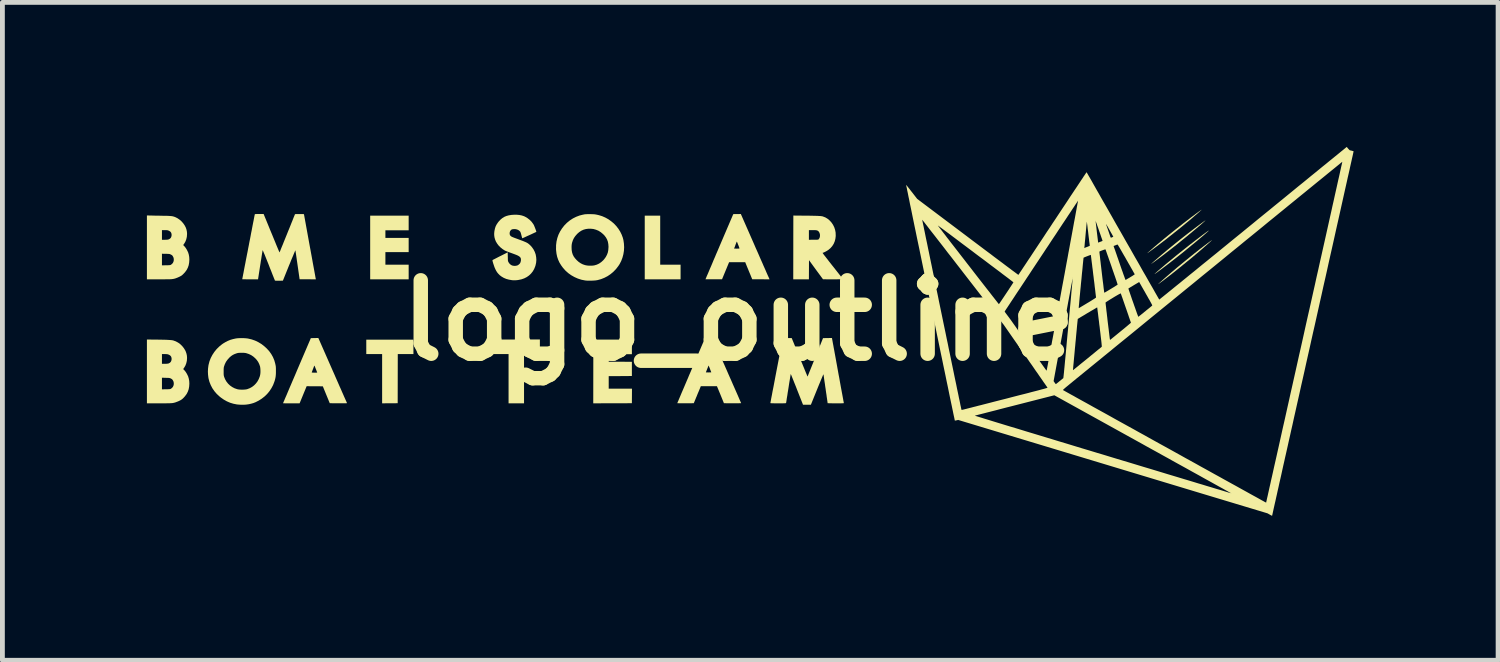
<source format=kicad_pcb>
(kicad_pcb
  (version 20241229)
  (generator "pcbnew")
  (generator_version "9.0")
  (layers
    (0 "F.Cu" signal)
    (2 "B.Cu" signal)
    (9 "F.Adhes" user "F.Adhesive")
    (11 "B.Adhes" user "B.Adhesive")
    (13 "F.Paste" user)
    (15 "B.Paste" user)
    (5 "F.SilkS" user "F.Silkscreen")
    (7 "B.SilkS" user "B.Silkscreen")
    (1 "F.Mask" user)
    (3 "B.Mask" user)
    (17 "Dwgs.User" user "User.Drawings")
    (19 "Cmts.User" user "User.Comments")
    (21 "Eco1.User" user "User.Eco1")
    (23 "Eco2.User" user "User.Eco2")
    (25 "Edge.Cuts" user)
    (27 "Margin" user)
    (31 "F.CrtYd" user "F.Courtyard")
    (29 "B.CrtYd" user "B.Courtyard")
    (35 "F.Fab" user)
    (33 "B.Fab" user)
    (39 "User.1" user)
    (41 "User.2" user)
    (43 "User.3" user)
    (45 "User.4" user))
  (footprint "logo_outline"
    (layer "F.Cu")
    (at 12.289 3.604)
    (property "Reference" "logo_outline" (at 0 0 0) (layer "F.SilkS") (effects (font (size 1.524 1.524) (thickness 0.3))))
    (attr board_only exclude_from_pos_files exclude_from_bom)
    (fp_poly (pts (xy -1.633 -1.159) (xy -1.21 -1.159) (xy -1.21 -0.855) (xy -1.954 -0.855) (xy -1.954 -2.177) (xy -1.633 -2.177)) (stroke (width 0) (type solid)) (fill yes) (layer "F.SilkS"))
    (fp_poly (pts (xy -6.756 0.697) (xy -7.081 0.697) (xy -7.082 1.207) (xy -7.083 1.717) (xy -7.245 1.718) (xy -7.406 1.719) (xy -7.406 0.697) (xy -7.735 0.697) (xy -7.735 0.398) (xy -6.756 0.398)) (stroke (width 0) (type solid)) (fill yes) (layer "F.SilkS"))
    (fp_poly (pts (xy -4.131 0.697) (xy -4.46 0.697) (xy -4.46 1.719) (xy -4.781 1.719) (xy -4.781 0.697) (xy -5.11 0.697) (xy -5.109 0.546) (xy -5.108 0.396) (xy -4.619 0.394) (xy -4.131 0.393)) (stroke (width 0) (type solid)) (fill yes) (layer "F.SilkS"))
    (fp_poly (pts (xy -6.855 -1.873) (xy -7.338 -1.873) (xy -7.338 -1.715) (xy -6.855 -1.715) (xy -6.855 -1.42) (xy -7.338 -1.42) (xy -7.338 -1.159) (xy -6.855 -1.159) (xy -6.855 -0.855) (xy -7.654 -0.855) (xy -7.654 -2.177) (xy -6.855 -2.177)) (stroke (width 0) (type solid)) (fill yes) (layer "F.SilkS"))
    (fp_poly (pts (xy -2.221 0.699) (xy -2.462 0.7) (xy -2.702 0.701) (xy -2.702 0.855) (xy -2.221 0.857) (xy -2.221 1.152) (xy -2.462 1.154) (xy -2.702 1.155) (xy -2.702 1.415) (xy -2.219 1.415) (xy -2.22 1.566) (xy -2.221 1.717) (xy -2.622 1.718) (xy -3.023 1.719) (xy -3.022 1.057) (xy -3.021 0.396) (xy -2.221 0.396)) (stroke (width 0) (type solid)) (fill yes) (layer "F.SilkS"))
    (fp_poly (pts (xy 9.605 -2.298) (xy 9.599 -2.291) (xy 9.588 -2.282) (xy 9.588 -2.282) (xy 9.535 -2.234) (xy 9.475 -2.183) (xy 9.411 -2.127) (xy 9.342 -2.069) (xy 9.269 -2.009) (xy 9.193 -1.946) (xy 9.115 -1.883) (xy 9.036 -1.82) (xy 8.957 -1.757) (xy 8.878 -1.694) (xy 8.8 -1.634) (xy 8.742 -1.59) (xy 8.713 -1.568) (xy 8.683 -1.545) (xy 8.652 -1.522) (xy 8.621 -1.499) (xy 8.592 -1.477) (xy 8.564 -1.457) (xy 8.539 -1.439) (xy 8.518 -1.423) (xy 8.5 -1.411) (xy 8.488 -1.402) (xy 8.482 -1.399) (xy 8.481 -1.398) (xy 8.483 -1.401) (xy 8.489 -1.408) (xy 8.499 -1.417) (xy 8.554 -1.465) (xy 8.614 -1.518) (xy 8.68 -1.574) (xy 8.75 -1.633) (xy 8.823 -1.694) (xy 8.9 -1.757) (xy 8.978 -1.82) (xy 9.058 -1.884) (xy 9.138 -1.947) (xy 9.217 -2.01) (xy 9.295 -2.07) (xy 9.354 -2.115) (xy 9.387 -2.141) (xy 9.421 -2.166) (xy 9.454 -2.19) (xy 9.485 -2.214) (xy 9.514 -2.235) (xy 9.541 -2.255) (xy 9.564 -2.272) (xy 9.583 -2.285) (xy 9.597 -2.294) (xy 9.605 -2.3) (xy 9.607 -2.301)) (stroke (width 0) (type solid)) (fill yes) (layer "F.SilkS"))
    (fp_poly (pts (xy 9.824 -1.671) (xy 9.821 -1.668) (xy 9.813 -1.66) (xy 9.8 -1.647) (xy 9.782 -1.631) (xy 9.76 -1.611) (xy 9.735 -1.589) (xy 9.708 -1.565) (xy 9.679 -1.54) (xy 9.649 -1.513) (xy 9.619 -1.487) (xy 9.589 -1.461) (xy 9.583 -1.456) (xy 9.515 -1.398) (xy 9.443 -1.337) (xy 9.369 -1.275) (xy 9.292 -1.213) (xy 9.215 -1.15) (xy 9.139 -1.088) (xy 9.063 -1.027) (xy 8.99 -0.969) (xy 8.92 -0.915) (xy 8.854 -0.864) (xy 8.793 -0.818) (xy 8.786 -0.813) (xy 8.758 -0.792) (xy 8.736 -0.776) (xy 8.72 -0.765) (xy 8.71 -0.758) (xy 8.705 -0.755) (xy 8.706 -0.757) (xy 8.711 -0.763) (xy 8.715 -0.766) (xy 8.757 -0.804) (xy 8.805 -0.847) (xy 8.858 -0.894) (xy 8.916 -0.944) (xy 8.977 -0.997) (xy 9.042 -1.052) (xy 9.109 -1.109) (xy 9.179 -1.166) (xy 9.249 -1.224) (xy 9.319 -1.281) (xy 9.389 -1.338) (xy 9.457 -1.393) (xy 9.524 -1.445) (xy 9.576 -1.487) (xy 9.605 -1.508) (xy 9.634 -1.531) (xy 9.664 -1.554) (xy 9.694 -1.576) (xy 9.722 -1.598) (xy 9.748 -1.617) (xy 9.772 -1.635) (xy 9.792 -1.65) (xy 9.808 -1.661) (xy 9.819 -1.668) (xy 9.824 -1.671)) (stroke (width 0) (type solid)) (fill yes) (layer "F.SilkS"))
    (fp_poly (pts (xy 9.683 -2.074) (xy 9.675 -2.066) (xy 9.662 -2.054) (xy 9.645 -2.039) (xy 9.624 -2.02) (xy 9.599 -1.998) (xy 9.57 -1.973) (xy 9.538 -1.946) (xy 9.504 -1.917) (xy 9.468 -1.886) (xy 9.429 -1.854) (xy 9.39 -1.821) (xy 9.349 -1.788) (xy 9.308 -1.753) (xy 9.266 -1.719) (xy 9.225 -1.686) (xy 9.184 -1.653) (xy 9.145 -1.621) (xy 9.112 -1.594) (xy 9.052 -1.546) (xy 8.992 -1.499) (xy 8.933 -1.453) (xy 8.876 -1.409) (xy 8.821 -1.366) (xy 8.769 -1.327) (xy 8.721 -1.291) (xy 8.677 -1.258) (xy 8.639 -1.23) (xy 8.605 -1.206) (xy 8.584 -1.191) (xy 8.554 -1.171) (xy 8.576 -1.191) (xy 8.588 -1.202) (xy 8.606 -1.218) (xy 8.629 -1.238) (xy 8.656 -1.261) (xy 8.686 -1.287) (xy 8.717 -1.314) (xy 8.75 -1.342) (xy 8.783 -1.371) (xy 8.816 -1.398) (xy 8.847 -1.424) (xy 8.875 -1.448) (xy 8.901 -1.47) (xy 8.914 -1.48) (xy 8.98 -1.535) (xy 9.049 -1.591) (xy 9.119 -1.647) (xy 9.189 -1.703) (xy 9.259 -1.758) (xy 9.328 -1.812) (xy 9.395 -1.863) (xy 9.459 -1.912) (xy 9.52 -1.958) (xy 9.576 -2) (xy 9.628 -2.038) (xy 9.671 -2.069) (xy 9.681 -2.076) (xy 9.685 -2.077)) (stroke (width 0) (type solid)) (fill yes) (layer "F.SilkS"))
    (fp_poly (pts (xy 9.752 -1.861) (xy 9.738 -1.848) (xy 9.718 -1.83) (xy 9.692 -1.807) (xy 9.662 -1.781) (xy 9.627 -1.751) (xy 9.589 -1.719) (xy 9.548 -1.684) (xy 9.504 -1.647) (xy 9.458 -1.609) (xy 9.41 -1.57) (xy 9.362 -1.53) (xy 9.314 -1.491) (xy 9.267 -1.452) (xy 9.22 -1.414) (xy 9.175 -1.378) (xy 9.132 -1.344) (xy 9.106 -1.323) (xy 9.068 -1.293) (xy 9.028 -1.262) (xy 8.988 -1.231) (xy 8.947 -1.199) (xy 8.906 -1.168) (xy 8.867 -1.138) (xy 8.828 -1.109) (xy 8.792 -1.081) (xy 8.757 -1.055) (xy 8.726 -1.032) (xy 8.699 -1.012) (xy 8.675 -0.995) (xy 8.656 -0.981) (xy 8.642 -0.971) (xy 8.633 -0.966) (xy 8.631 -0.966) (xy 8.631 -0.966) (xy 8.636 -0.972) (xy 8.648 -0.983) (xy 8.665 -0.999) (xy 8.688 -1.019) (xy 8.714 -1.042) (xy 8.745 -1.069) (xy 8.78 -1.098) (xy 8.817 -1.13) (xy 8.857 -1.164) (xy 8.899 -1.199) (xy 8.943 -1.235) (xy 8.987 -1.271) (xy 9.032 -1.308) (xy 9.076 -1.345) (xy 9.121 -1.381) (xy 9.164 -1.416) (xy 9.198 -1.443) (xy 9.241 -1.477) (xy 9.285 -1.512) (xy 9.33 -1.548) (xy 9.376 -1.584) (xy 9.422 -1.619) (xy 9.467 -1.654) (xy 9.51 -1.687) (xy 9.552 -1.719) (xy 9.592 -1.749) (xy 9.628 -1.777) (xy 9.661 -1.801) (xy 9.69 -1.823) (xy 9.714 -1.84) (xy 9.733 -1.854) (xy 9.747 -1.862) (xy 9.752 -1.865) (xy 9.76 -1.87)) (stroke (width 0) (type solid)) (fill yes) (layer "F.SilkS"))
    (fp_poly (pts (xy 0.316 -1.585) (xy 0.346 -1.515) (xy 0.377 -1.446) (xy 0.406 -1.38) (xy 0.434 -1.315) (xy 0.461 -1.254) (xy 0.487 -1.196) (xy 0.51 -1.142) (xy 0.532 -1.093) (xy 0.552 -1.048) (xy 0.569 -1.008) (xy 0.584 -0.974) (xy 0.596 -0.947) (xy 0.605 -0.926) (xy 0.612 -0.912) (xy 0.614 -0.908) (xy 0.637 -0.855) (xy 0.277 -0.857) (xy 0.235 -0.96) (xy 0.221 -0.993) (xy 0.206 -1.029) (xy 0.192 -1.064) (xy 0.178 -1.097) (xy 0.166 -1.126) (xy 0.162 -1.136) (xy 0.132 -1.21) (xy -0.203 -1.21) (xy -0.349 -0.857) (xy -0.521 -0.856) (xy -0.558 -0.856) (xy -0.593 -0.856) (xy -0.624 -0.856) (xy -0.65 -0.856) (xy -0.671 -0.856) (xy -0.685 -0.857) (xy -0.692 -0.857) (xy -0.693 -0.857) (xy -0.691 -0.861) (xy -0.686 -0.873) (xy -0.678 -0.891) (xy -0.668 -0.917) (xy -0.654 -0.948) (xy -0.638 -0.985) (xy -0.62 -1.028) (xy -0.6 -1.076) (xy -0.577 -1.128) (xy -0.553 -1.185) (xy -0.528 -1.246) (xy -0.5 -1.31) (xy -0.472 -1.377) (xy -0.442 -1.446) (xy -0.422 -1.494) (xy -0.098 -1.494) (xy -0.094 -1.493) (xy -0.083 -1.493) (xy -0.067 -1.493) (xy -0.047 -1.492) (xy -0.043 -1.492) (xy -0.019 -1.493) (xy -0.002 -1.493) (xy 0.008 -1.495) (xy 0.012 -1.497) (xy 0.013 -1.498) (xy 0.011 -1.503) (xy 0.007 -1.515) (xy 0.001 -1.533) (xy -0.007 -1.554) (xy -0.015 -1.574) (xy -0.025 -1.599) (xy -0.032 -1.617) (xy -0.037 -1.629) (xy -0.041 -1.635) (xy -0.043 -1.637) (xy -0.045 -1.636) (xy -0.047 -1.632) (xy -0.047 -1.631) (xy -0.053 -1.615) (xy -0.061 -1.595) (xy -0.069 -1.574) (xy -0.077 -1.552) (xy -0.084 -1.532) (xy -0.091 -1.515) (xy -0.096 -1.502) (xy -0.098 -1.495) (xy -0.098 -1.494) (xy -0.422 -1.494) (xy -0.411 -1.518) (xy -0.405 -1.534) (xy -0.116 -2.209) (xy -0.038 -2.21) (xy 0.041 -2.211)) (stroke (width 0) (type solid)) (fill yes) (layer "F.SilkS"))
    (fp_poly (pts (xy -0.249 1.039) (xy -0.218 1.111) (xy -0.187 1.181) (xy -0.157 1.248) (xy -0.129 1.313) (xy -0.102 1.374) (xy -0.077 1.431) (xy -0.053 1.485) (xy -0.032 1.533) (xy -0.013 1.577) (xy 0.004 1.616) (xy 0.018 1.649) (xy 0.03 1.676) (xy 0.039 1.696) (xy 0.044 1.709) (xy 0.047 1.715) (xy 0.047 1.715) (xy 0.043 1.716) (xy 0.031 1.717) (xy 0.013 1.717) (xy -0.012 1.718) (xy -0.041 1.718) (xy -0.075 1.718) (xy -0.112 1.718) (xy -0.131 1.718) (xy -0.31 1.717) (xy -0.382 1.54) (xy -0.455 1.364) (xy -0.79 1.364) (xy -0.821 1.44) (xy -0.832 1.467) (xy -0.846 1.499) (xy -0.861 1.535) (xy -0.875 1.571) (xy -0.89 1.605) (xy -0.894 1.616) (xy -0.936 1.717) (xy -1.107 1.718) (xy -1.145 1.718) (xy -1.179 1.718) (xy -1.21 1.718) (xy -1.236 1.718) (xy -1.257 1.717) (xy -1.271 1.717) (xy -1.278 1.716) (xy -1.279 1.716) (xy -1.277 1.712) (xy -1.272 1.7) (xy -1.264 1.681) (xy -1.253 1.656) (xy -1.24 1.624) (xy -1.224 1.587) (xy -1.206 1.544) (xy -1.186 1.496) (xy -1.163 1.443) (xy -1.139 1.387) (xy -1.113 1.326) (xy -1.086 1.262) (xy -1.057 1.195) (xy -1.028 1.125) (xy -1.007 1.077) (xy -0.684 1.077) (xy -0.68 1.077) (xy -0.669 1.077) (xy -0.653 1.077) (xy -0.633 1.078) (xy -0.629 1.078) (xy -0.608 1.077) (xy -0.591 1.077) (xy -0.579 1.076) (xy -0.573 1.076) (xy -0.573 1.076) (xy -0.574 1.071) (xy -0.578 1.06) (xy -0.584 1.045) (xy -0.592 1.026) (xy -0.599 1.005) (xy -0.607 0.985) (xy -0.615 0.966) (xy -0.621 0.95) (xy -0.625 0.939) (xy -0.627 0.935) (xy -0.629 0.938) (xy -0.634 0.947) (xy -0.64 0.962) (xy -0.647 0.98) (xy -0.655 0.999) (xy -0.663 1.02) (xy -0.671 1.039) (xy -0.677 1.056) (xy -0.682 1.069) (xy -0.684 1.076) (xy -0.684 1.077) (xy -1.007 1.077) (xy -0.997 1.054) (xy -0.991 1.039) (xy -0.703 0.366) (xy -0.546 0.366)) (stroke (width 0) (type solid)) (fill yes) (layer "F.SilkS"))
    (fp_poly (pts (xy 1.343 -2.177) (xy 1.41 -2.177) (xy 1.47 -2.176) (xy 1.522 -2.175) (xy 1.567 -2.174) (xy 1.606 -2.173) (xy 1.639 -2.172) (xy 1.667 -2.17) (xy 1.691 -2.169) (xy 1.71 -2.167) (xy 1.726 -2.164) (xy 1.739 -2.162) (xy 1.747 -2.159) (xy 1.796 -2.14) (xy 1.841 -2.113) (xy 1.879 -2.082) (xy 1.921 -2.037) (xy 1.954 -1.989) (xy 1.98 -1.937) (xy 1.998 -1.882) (xy 2.009 -1.824) (xy 2.009 -1.815) (xy 2.011 -1.755) (xy 2.004 -1.697) (xy 1.99 -1.643) (xy 1.969 -1.593) (xy 1.94 -1.547) (xy 1.904 -1.505) (xy 1.861 -1.468) (xy 1.812 -1.437) (xy 1.785 -1.423) (xy 1.769 -1.416) (xy 1.756 -1.41) (xy 1.747 -1.407) (xy 1.745 -1.407) (xy 1.739 -1.404) (xy 1.738 -1.403) (xy 1.741 -1.399) (xy 1.748 -1.389) (xy 1.759 -1.373) (xy 1.775 -1.352) (xy 1.795 -1.327) (xy 1.818 -1.297) (xy 1.844 -1.264) (xy 1.872 -1.227) (xy 1.903 -1.188) (xy 1.935 -1.147) (xy 1.947 -1.132) (xy 1.98 -1.091) (xy 2.011 -1.051) (xy 2.041 -1.013) (xy 2.068 -0.979) (xy 2.093 -0.947) (xy 2.114 -0.92) (xy 2.132 -0.897) (xy 2.146 -0.88) (xy 2.156 -0.867) (xy 2.16 -0.861) (xy 2.161 -0.861) (xy 2.16 -0.859) (xy 2.156 -0.858) (xy 2.147 -0.857) (xy 2.133 -0.857) (xy 2.114 -0.856) (xy 2.089 -0.856) (xy 2.058 -0.856) (xy 2.019 -0.855) (xy 1.972 -0.855) (xy 1.955 -0.855) (xy 1.747 -0.856) (xy 1.601 -1.054) (xy 1.456 -1.253) (xy 1.454 -0.855) (xy 1.129 -0.855) (xy 1.13 -1.517) (xy 1.13 -1.676) (xy 1.454 -1.676) (xy 1.55 -1.677) (xy 1.646 -1.678) (xy 1.659 -1.691) (xy 1.672 -1.709) (xy 1.681 -1.733) (xy 1.684 -1.759) (xy 1.683 -1.787) (xy 1.676 -1.813) (xy 1.665 -1.837) (xy 1.657 -1.847) (xy 1.647 -1.857) (xy 1.636 -1.865) (xy 1.623 -1.87) (xy 1.607 -1.874) (xy 1.586 -1.876) (xy 1.559 -1.877) (xy 1.528 -1.877) (xy 1.454 -1.877) (xy 1.454 -1.676) (xy 1.13 -1.676) (xy 1.131 -2.179)) (stroke (width 0) (type solid)) (fill yes) (layer "F.SilkS"))
    (fp_poly (pts (xy -8.435 1.034) (xy -8.403 1.106) (xy -8.373 1.175) (xy -8.343 1.243) (xy -8.315 1.307) (xy -8.288 1.369) (xy -8.262 1.426) (xy -8.239 1.48) (xy -8.217 1.529) (xy -8.198 1.573) (xy -8.181 1.611) (xy -8.166 1.645) (xy -8.154 1.671) (xy -8.145 1.692) (xy -8.139 1.705) (xy -8.137 1.711) (xy -8.136 1.712) (xy -8.136 1.713) (xy -8.137 1.715) (xy -8.14 1.716) (xy -8.146 1.717) (xy -8.155 1.718) (xy -8.169 1.718) (xy -8.188 1.718) (xy -8.213 1.718) (xy -8.245 1.718) (xy -8.284 1.718) (xy -8.313 1.718) (xy -8.493 1.717) (xy -8.565 1.542) (xy -8.637 1.366) (xy -8.805 1.365) (xy -8.973 1.364) (xy -9.046 1.541) (xy -9.119 1.719) (xy -9.291 1.719) (xy -9.328 1.719) (xy -9.363 1.719) (xy -9.394 1.719) (xy -9.42 1.719) (xy -9.441 1.718) (xy -9.455 1.718) (xy -9.462 1.718) (xy -9.463 1.718) (xy -9.461 1.714) (xy -9.457 1.702) (xy -9.449 1.684) (xy -9.438 1.659) (xy -9.425 1.627) (xy -9.409 1.59) (xy -9.39 1.547) (xy -9.37 1.499) (xy -9.348 1.447) (xy -9.324 1.39) (xy -9.298 1.33) (xy -9.271 1.266) (xy -9.242 1.199) (xy -9.212 1.129) (xy -9.19 1.077) (xy -8.867 1.077) (xy -8.865 1.079) (xy -8.86 1.081) (xy -8.849 1.081) (xy -8.832 1.082) (xy -8.811 1.082) (xy -8.79 1.082) (xy -8.772 1.082) (xy -8.76 1.081) (xy -8.754 1.081) (xy -8.753 1.081) (xy -8.755 1.077) (xy -8.759 1.066) (xy -8.765 1.05) (xy -8.773 1.029) (xy -8.782 1.006) (xy -8.783 1.005) (xy -8.793 0.979) (xy -8.801 0.96) (xy -8.806 0.947) (xy -8.81 0.94) (xy -8.813 0.937) (xy -8.815 0.938) (xy -8.816 0.941) (xy -8.819 0.949) (xy -8.825 0.963) (xy -8.831 0.981) (xy -8.839 1.002) (xy -8.842 1.009) (xy -8.85 1.03) (xy -8.857 1.049) (xy -8.863 1.064) (xy -8.866 1.073) (xy -8.867 1.074) (xy -8.867 1.077) (xy -9.19 1.077) (xy -9.182 1.058) (xy -9.175 1.041) (xy -8.886 0.366) (xy -8.808 0.364) (xy -8.73 0.363)) (stroke (width 0) (type solid)) (fill yes) (layer "F.SilkS"))
    (fp_poly (pts (xy -12.113 0.396) (xy -12.046 0.397) (xy -11.988 0.398) (xy -11.936 0.399) (xy -11.892 0.4) (xy -11.854 0.402) (xy -11.822 0.404) (xy -11.795 0.406) (xy -11.773 0.408) (xy -11.755 0.411) (xy -11.741 0.414) (xy -11.739 0.415) (xy -11.689 0.433) (xy -11.641 0.459) (xy -11.596 0.492) (xy -11.556 0.531) (xy -11.522 0.574) (xy -11.493 0.621) (xy -11.48 0.651) (xy -11.467 0.69) (xy -11.459 0.729) (xy -11.456 0.771) (xy -11.456 0.783) (xy -11.46 0.836) (xy -11.472 0.888) (xy -11.491 0.937) (xy -11.515 0.978) (xy -11.536 1.008) (xy -11.523 1.021) (xy -11.505 1.04) (xy -11.486 1.064) (xy -11.468 1.092) (xy -11.456 1.113) (xy -11.434 1.158) (xy -11.42 1.205) (xy -11.411 1.253) (xy -11.408 1.307) (xy -11.408 1.311) (xy -11.412 1.371) (xy -11.422 1.427) (xy -11.44 1.478) (xy -11.465 1.526) (xy -11.498 1.571) (xy -11.524 1.6) (xy -11.542 1.618) (xy -11.558 1.632) (xy -11.572 1.642) (xy -11.587 1.652) (xy -11.606 1.662) (xy -11.607 1.662) (xy -11.629 1.673) (xy -11.653 1.683) (xy -11.675 1.691) (xy -11.684 1.695) (xy -11.699 1.7) (xy -11.712 1.704) (xy -11.725 1.707) (xy -11.738 1.71) (xy -11.751 1.713) (xy -11.766 1.714) (xy -11.784 1.716) (xy -11.805 1.717) (xy -11.83 1.718) (xy -11.859 1.718) (xy -11.894 1.719) (xy -11.936 1.719) (xy -11.985 1.719) (xy -12.034 1.719) (xy -12.289 1.719) (xy -12.289 1.188) (xy -11.977 1.188) (xy -11.977 1.429) (xy -11.893 1.427) (xy -11.863 1.427) (xy -11.841 1.426) (xy -11.825 1.425) (xy -11.813 1.424) (xy -11.804 1.422) (xy -11.797 1.42) (xy -11.791 1.417) (xy -11.768 1.399) (xy -11.749 1.377) (xy -11.737 1.35) (xy -11.731 1.321) (xy -11.732 1.292) (xy -11.739 1.262) (xy -11.752 1.238) (xy -11.762 1.225) (xy -11.774 1.214) (xy -11.792 1.205) (xy -11.793 1.204) (xy -11.803 1.199) (xy -11.812 1.196) (xy -11.821 1.194) (xy -11.832 1.192) (xy -11.846 1.191) (xy -11.865 1.19) (xy -11.89 1.19) (xy -11.899 1.189) (xy -11.977 1.188) (xy -12.289 1.188) (xy -12.289 0.898) (xy -11.977 0.898) (xy -11.918 0.898) (xy -11.887 0.898) (xy -11.864 0.896) (xy -11.848 0.894) (xy -11.841 0.892) (xy -11.815 0.879) (xy -11.795 0.86) (xy -11.783 0.837) (xy -11.777 0.808) (xy -11.776 0.796) (xy -11.78 0.768) (xy -11.789 0.745) (xy -11.806 0.726) (xy -11.83 0.711) (xy -11.843 0.706) (xy -11.855 0.702) (xy -11.867 0.699) (xy -11.883 0.698) (xy -11.903 0.697) (xy -11.922 0.697) (xy -11.977 0.697) (xy -11.977 0.898) (xy -12.289 0.898) (xy -12.289 0.395)) (stroke (width 0) (type solid)) (fill yes) (layer "F.SilkS"))
    (fp_poly (pts (xy -12.184 -2.179) (xy -12.151 -2.178) (xy -12.112 -2.177) (xy -12.069 -2.177) (xy -12.025 -2.176) (xy -11.981 -2.175) (xy -11.94 -2.174) (xy -11.938 -2.174) (xy -11.892 -2.174) (xy -11.855 -2.173) (xy -11.823 -2.171) (xy -11.797 -2.169) (xy -11.775 -2.167) (xy -11.757 -2.164) (xy -11.74 -2.16) (xy -11.724 -2.155) (xy -11.707 -2.149) (xy -11.704 -2.148) (xy -11.657 -2.125) (xy -11.613 -2.095) (xy -11.572 -2.06) (xy -11.536 -2.019) (xy -11.506 -1.976) (xy -11.482 -1.93) (xy -11.481 -1.927) (xy -11.468 -1.889) (xy -11.46 -1.852) (xy -11.456 -1.813) (xy -11.456 -1.792) (xy -11.46 -1.738) (xy -11.472 -1.686) (xy -11.491 -1.637) (xy -11.515 -1.596) (xy -11.536 -1.566) (xy -11.523 -1.554) (xy -11.505 -1.534) (xy -11.486 -1.51) (xy -11.468 -1.482) (xy -11.456 -1.461) (xy -11.434 -1.416) (xy -11.42 -1.37) (xy -11.411 -1.321) (xy -11.408 -1.267) (xy -11.408 -1.263) (xy -11.412 -1.203) (xy -11.422 -1.147) (xy -11.44 -1.096) (xy -11.465 -1.048) (xy -11.498 -1.003) (xy -11.524 -0.975) (xy -11.543 -0.956) (xy -11.558 -0.942) (xy -11.573 -0.931) (xy -11.589 -0.922) (xy -11.607 -0.912) (xy -11.629 -0.902) (xy -11.653 -0.891) (xy -11.675 -0.883) (xy -11.684 -0.879) (xy -11.699 -0.874) (xy -11.712 -0.87) (xy -11.725 -0.867) (xy -11.738 -0.864) (xy -11.751 -0.862) (xy -11.766 -0.86) (xy -11.784 -0.858) (xy -11.805 -0.857) (xy -11.83 -0.856) (xy -11.859 -0.856) (xy -11.895 -0.856) (xy -11.936 -0.855) (xy -11.985 -0.855) (xy -12.034 -0.855) (xy -12.289 -0.855) (xy -12.289 -1.386) (xy -11.977 -1.386) (xy -11.977 -1.145) (xy -11.893 -1.147) (xy -11.863 -1.147) (xy -11.841 -1.148) (xy -11.825 -1.149) (xy -11.813 -1.15) (xy -11.804 -1.152) (xy -11.797 -1.154) (xy -11.791 -1.157) (xy -11.768 -1.175) (xy -11.749 -1.197) (xy -11.737 -1.224) (xy -11.731 -1.253) (xy -11.732 -1.283) (xy -11.739 -1.312) (xy -11.752 -1.336) (xy -11.762 -1.35) (xy -11.774 -1.36) (xy -11.792 -1.369) (xy -11.793 -1.37) (xy -11.803 -1.375) (xy -11.812 -1.378) (xy -11.821 -1.381) (xy -11.832 -1.382) (xy -11.846 -1.383) (xy -11.865 -1.384) (xy -11.89 -1.385) (xy -11.899 -1.385) (xy -11.977 -1.386) (xy -12.289 -1.386) (xy -12.289 -1.676) (xy -11.977 -1.676) (xy -11.918 -1.676) (xy -11.887 -1.677) (xy -11.864 -1.678) (xy -11.848 -1.681) (xy -11.841 -1.683) (xy -11.815 -1.696) (xy -11.795 -1.714) (xy -11.783 -1.737) (xy -11.777 -1.766) (xy -11.776 -1.778) (xy -11.78 -1.806) (xy -11.789 -1.829) (xy -11.806 -1.848) (xy -11.83 -1.863) (xy -11.843 -1.868) (xy -11.855 -1.872) (xy -11.867 -1.875) (xy -11.883 -1.876) (xy -11.903 -1.877) (xy -11.922 -1.877) (xy -11.977 -1.877) (xy -11.977 -1.676) (xy -12.289 -1.676) (xy -12.289 -2.181)) (stroke (width 0) (type solid)) (fill yes) (layer "F.SilkS"))
    (fp_poly (pts (xy -3.064 -2.208) (xy -3.034 -2.207) (xy -3.008 -2.206) (xy -2.983 -2.203) (xy -2.959 -2.199) (xy -2.932 -2.193) (xy -2.906 -2.187) (xy -2.838 -2.166) (xy -2.772 -2.137) (xy -2.709 -2.102) (xy -2.65 -2.06) (xy -2.595 -2.014) (xy -2.546 -1.962) (xy -2.502 -1.906) (xy -2.464 -1.846) (xy -2.433 -1.783) (xy -2.409 -1.718) (xy -2.397 -1.671) (xy -2.386 -1.596) (xy -2.382 -1.521) (xy -2.386 -1.447) (xy -2.398 -1.374) (xy -2.417 -1.303) (xy -2.443 -1.235) (xy -2.476 -1.171) (xy -2.501 -1.133) (xy -2.549 -1.07) (xy -2.603 -1.014) (xy -2.662 -0.964) (xy -2.724 -0.922) (xy -2.791 -0.887) (xy -2.861 -0.859) (xy -2.934 -0.839) (xy -2.941 -0.838) (xy -2.969 -0.833) (xy -3.004 -0.83) (xy -3.042 -0.828) (xy -3.082 -0.827) (xy -3.12 -0.827) (xy -3.156 -0.828) (xy -3.186 -0.831) (xy -3.193 -0.832) (xy -3.269 -0.847) (xy -3.343 -0.871) (xy -3.413 -0.902) (xy -3.48 -0.94) (xy -3.542 -0.984) (xy -3.599 -1.035) (xy -3.65 -1.092) (xy -3.688 -1.144) (xy -3.724 -1.202) (xy -3.751 -1.261) (xy -3.772 -1.322) (xy -3.786 -1.387) (xy -3.794 -1.456) (xy -3.796 -1.484) (xy -3.795 -1.518) (xy -3.473 -1.518) (xy -3.471 -1.464) (xy -3.463 -1.416) (xy -3.45 -1.373) (xy -3.43 -1.332) (xy -3.403 -1.294) (xy -3.368 -1.255) (xy -3.368 -1.255) (xy -3.327 -1.218) (xy -3.285 -1.189) (xy -3.242 -1.167) (xy -3.195 -1.151) (xy -3.174 -1.146) (xy -3.142 -1.141) (xy -3.106 -1.138) (xy -3.069 -1.138) (xy -3.034 -1.14) (xy -3.003 -1.144) (xy -3.003 -1.144) (xy -2.951 -1.159) (xy -2.902 -1.182) (xy -2.857 -1.213) (xy -2.816 -1.25) (xy -2.795 -1.274) (xy -2.763 -1.318) (xy -2.739 -1.363) (xy -2.721 -1.41) (xy -2.711 -1.461) (xy -2.707 -1.517) (xy -2.706 -1.529) (xy -2.71 -1.585) (xy -2.719 -1.635) (xy -2.736 -1.682) (xy -2.76 -1.725) (xy -2.792 -1.767) (xy -2.819 -1.794) (xy -2.864 -1.832) (xy -2.913 -1.863) (xy -2.966 -1.885) (xy -3.02 -1.9) (xy -3.078 -1.906) (xy -3.121 -1.906) (xy -3.176 -1.899) (xy -3.226 -1.885) (xy -3.273 -1.863) (xy -3.316 -1.834) (xy -3.358 -1.797) (xy -3.361 -1.793) (xy -3.396 -1.753) (xy -3.424 -1.712) (xy -3.445 -1.669) (xy -3.461 -1.621) (xy -3.462 -1.617) (xy -3.467 -1.596) (xy -3.47 -1.578) (xy -3.472 -1.558) (xy -3.473 -1.534) (xy -3.473 -1.518) (xy -3.795 -1.518) (xy -3.795 -1.563) (xy -3.786 -1.639) (xy -3.769 -1.712) (xy -3.745 -1.781) (xy -3.712 -1.848) (xy -3.671 -1.913) (xy -3.623 -1.974) (xy -3.569 -2.029) (xy -3.51 -2.077) (xy -3.446 -2.119) (xy -3.378 -2.153) (xy -3.307 -2.18) (xy -3.243 -2.196) (xy -3.223 -2.2) (xy -3.205 -2.204) (xy -3.188 -2.206) (xy -3.17 -2.207) (xy -3.148 -2.208) (xy -3.121 -2.208) (xy -3.1 -2.208)) (stroke (width 0) (type solid)) (fill yes) (layer "F.SilkS"))
    (fp_poly (pts (xy -10.282 0.366) (xy -10.246 0.368) (xy -10.214 0.371) (xy -10.192 0.374) (xy -10.115 0.392) (xy -10.043 0.417) (xy -9.975 0.45) (xy -9.909 0.49) (xy -9.848 0.538) (xy -9.801 0.581) (xy -9.75 0.637) (xy -9.708 0.696) (xy -9.673 0.758) (xy -9.645 0.824) (xy -9.625 0.895) (xy -9.622 0.909) (xy -9.618 0.928) (xy -9.615 0.944) (xy -9.613 0.961) (xy -9.612 0.979) (xy -9.611 1.001) (xy -9.611 1.028) (xy -9.611 1.048) (xy -9.611 1.09) (xy -9.613 1.127) (xy -9.616 1.159) (xy -9.621 1.19) (xy -9.628 1.22) (xy -9.637 1.253) (xy -9.643 1.27) (xy -9.669 1.339) (xy -9.704 1.405) (xy -9.745 1.467) (xy -9.793 1.525) (xy -9.847 1.577) (xy -9.906 1.623) (xy -9.969 1.663) (xy -9.985 1.671) (xy -10.032 1.695) (xy -10.077 1.713) (xy -10.122 1.726) (xy -10.17 1.737) (xy -10.203 1.742) (xy -10.233 1.746) (xy -10.268 1.748) (xy -10.306 1.748) (xy -10.344 1.748) (xy -10.38 1.746) (xy -10.411 1.743) (xy -10.417 1.743) (xy -10.492 1.728) (xy -10.562 1.707) (xy -10.629 1.678) (xy -10.693 1.642) (xy -10.756 1.598) (xy -10.784 1.575) (xy -10.839 1.524) (xy -10.888 1.467) (xy -10.93 1.406) (xy -10.964 1.341) (xy -10.991 1.273) (xy -11.01 1.202) (xy -11.013 1.184) (xy -11.02 1.125) (xy -11.023 1.062) (xy -11.023 1.058) (xy -10.696 1.058) (xy -10.696 1.087) (xy -10.696 1.109) (xy -10.695 1.125) (xy -10.694 1.138) (xy -10.691 1.15) (xy -10.688 1.162) (xy -10.687 1.167) (xy -10.666 1.219) (xy -10.638 1.268) (xy -10.604 1.311) (xy -10.564 1.349) (xy -10.518 1.381) (xy -10.469 1.407) (xy -10.416 1.425) (xy -10.4 1.429) (xy -10.372 1.433) (xy -10.339 1.435) (xy -10.304 1.436) (xy -10.269 1.434) (xy -10.236 1.431) (xy -10.209 1.426) (xy -10.204 1.424) (xy -10.154 1.405) (xy -10.107 1.379) (xy -10.064 1.346) (xy -10.026 1.307) (xy -9.993 1.263) (xy -9.967 1.215) (xy -9.947 1.164) (xy -9.941 1.143) (xy -9.935 1.111) (xy -9.932 1.074) (xy -9.932 1.036) (xy -9.934 0.999) (xy -9.938 0.965) (xy -9.941 0.951) (xy -9.958 0.903) (xy -9.98 0.859) (xy -10.009 0.818) (xy -10.04 0.784) (xy -10.081 0.748) (xy -10.124 0.719) (xy -10.172 0.696) (xy -10.223 0.679) (xy -10.239 0.675) (xy -10.254 0.673) (xy -10.272 0.671) (xy -10.294 0.67) (xy -10.322 0.67) (xy -10.349 0.67) (xy -10.369 0.671) (xy -10.385 0.672) (xy -10.399 0.674) (xy -10.413 0.677) (xy -10.426 0.681) (xy -10.468 0.696) (xy -10.505 0.714) (xy -10.538 0.736) (xy -10.571 0.764) (xy -10.574 0.767) (xy -10.614 0.811) (xy -10.647 0.857) (xy -10.672 0.908) (xy -10.684 0.943) (xy -10.689 0.957) (xy -10.692 0.97) (xy -10.694 0.983) (xy -10.695 0.997) (xy -10.696 1.015) (xy -10.696 1.039) (xy -10.696 1.058) (xy -11.023 1.058) (xy -11.02 0.997) (xy -11.012 0.934) (xy -11.008 0.915) (xy -10.99 0.846) (xy -10.964 0.779) (xy -10.93 0.714) (xy -10.89 0.653) (xy -10.843 0.595) (xy -10.79 0.542) (xy -10.732 0.495) (xy -10.708 0.478) (xy -10.658 0.448) (xy -10.609 0.423) (xy -10.558 0.402) (xy -10.503 0.386) (xy -10.449 0.374) (xy -10.424 0.37) (xy -10.393 0.367) (xy -10.357 0.366) (xy -10.32 0.365)) (stroke (width 0) (type solid)) (fill yes) (layer "F.SilkS"))
    (fp_poly (pts (xy 1.935 0.375) (xy 1.936 0.381) (xy 1.938 0.394) (xy 1.942 0.415) (xy 1.947 0.443) (xy 1.953 0.477) (xy 1.961 0.518) (xy 1.969 0.564) (xy 1.979 0.616) (xy 1.989 0.672) (xy 2 0.732) (xy 2.012 0.797) (xy 2.024 0.864) (xy 2.037 0.935) (xy 2.05 1.008) (xy 2.057 1.046) (xy 2.07 1.119) (xy 2.084 1.191) (xy 2.096 1.26) (xy 2.108 1.326) (xy 2.119 1.388) (xy 2.13 1.446) (xy 2.14 1.5) (xy 2.149 1.548) (xy 2.157 1.592) (xy 2.164 1.629) (xy 2.169 1.66) (xy 2.174 1.684) (xy 2.177 1.701) (xy 2.179 1.71) (xy 2.179 1.712) (xy 2.179 1.713) (xy 2.178 1.715) (xy 2.174 1.716) (xy 2.168 1.717) (xy 2.158 1.718) (xy 2.143 1.718) (xy 2.123 1.719) (xy 2.096 1.719) (xy 2.063 1.719) (xy 2.023 1.719) (xy 2.012 1.719) (xy 1.975 1.719) (xy 1.941 1.719) (xy 1.91 1.718) (xy 1.884 1.718) (xy 1.864 1.717) (xy 1.85 1.717) (xy 1.843 1.716) (xy 1.843 1.716) (xy 1.842 1.711) (xy 1.841 1.699) (xy 1.838 1.679) (xy 1.834 1.653) (xy 1.83 1.622) (xy 1.824 1.585) (xy 1.819 1.544) (xy 1.812 1.5) (xy 1.805 1.452) (xy 1.801 1.42) (xy 1.793 1.37) (xy 1.787 1.323) (xy 1.78 1.279) (xy 1.774 1.239) (xy 1.769 1.204) (xy 1.765 1.173) (xy 1.761 1.148) (xy 1.759 1.13) (xy 1.757 1.119) (xy 1.757 1.117) (xy 1.755 1.119) (xy 1.75 1.128) (xy 1.742 1.145) (xy 1.732 1.169) (xy 1.719 1.2) (xy 1.703 1.238) (xy 1.685 1.282) (xy 1.664 1.332) (xy 1.641 1.388) (xy 1.625 1.428) (xy 1.495 1.749) (xy 1.413 1.749) (xy 1.332 1.749) (xy 1.206 1.43) (xy 1.187 1.38) (xy 1.168 1.333) (xy 1.15 1.289) (xy 1.134 1.248) (xy 1.119 1.211) (xy 1.106 1.179) (xy 1.096 1.153) (xy 1.087 1.132) (xy 1.081 1.118) (xy 1.078 1.11) (xy 1.078 1.11) (xy 1.077 1.114) (xy 1.074 1.125) (xy 1.071 1.144) (xy 1.067 1.169) (xy 1.062 1.2) (xy 1.056 1.236) (xy 1.049 1.277) (xy 1.042 1.321) (xy 1.035 1.368) (xy 1.029 1.406) (xy 1.021 1.456) (xy 1.013 1.503) (xy 1.007 1.547) (xy 1 1.587) (xy 0.994 1.623) (xy 0.99 1.654) (xy 0.986 1.679) (xy 0.983 1.697) (xy 0.981 1.708) (xy 0.98 1.712) (xy 0.979 1.713) (xy 0.977 1.715) (xy 0.972 1.716) (xy 0.965 1.717) (xy 0.953 1.718) (xy 0.937 1.718) (xy 0.916 1.719) (xy 0.888 1.719) (xy 0.853 1.719) (xy 0.816 1.719) (xy 0.773 1.719) (xy 0.738 1.719) (xy 0.709 1.718) (xy 0.688 1.718) (xy 0.672 1.717) (xy 0.662 1.716) (xy 0.656 1.715) (xy 0.654 1.714) (xy 0.654 1.714) (xy 0.655 1.709) (xy 0.657 1.696) (xy 0.661 1.676) (xy 0.666 1.649) (xy 0.672 1.615) (xy 0.68 1.575) (xy 0.689 1.529) (xy 0.698 1.478) (xy 0.709 1.423) (xy 0.721 1.363) (xy 0.733 1.299) (xy 0.746 1.231) (xy 0.759 1.161) (xy 0.773 1.088) (xy 0.783 1.036) (xy 0.913 0.363) (xy 1.005 0.364) (xy 1.097 0.364) (xy 1.254 0.747) (xy 1.277 0.802) (xy 1.298 0.855) (xy 1.319 0.905) (xy 1.338 0.952) (xy 1.356 0.995) (xy 1.372 1.035) (xy 1.386 1.069) (xy 1.398 1.098) (xy 1.408 1.12) (xy 1.414 1.137) (xy 1.418 1.146) (xy 1.419 1.147) (xy 1.426 1.164) (xy 1.587 0.765) (xy 1.747 0.366) (xy 1.84 0.364) (xy 1.932 0.363)) (stroke (width 0) (type solid)) (fill yes) (layer "F.SilkS"))
    (fp_poly (pts (xy -9.774 -1.987) (xy -9.754 -1.938) (xy -9.733 -1.886) (xy -9.71 -1.831) (xy -9.687 -1.776) (xy -9.665 -1.722) (xy -9.644 -1.671) (xy -9.625 -1.625) (xy -9.61 -1.588) (xy -9.595 -1.551) (xy -9.581 -1.518) (xy -9.568 -1.487) (xy -9.557 -1.461) (xy -9.548 -1.44) (xy -9.541 -1.425) (xy -9.537 -1.416) (xy -9.535 -1.415) (xy -9.533 -1.419) (xy -9.529 -1.43) (xy -9.521 -1.448) (xy -9.512 -1.472) (xy -9.5 -1.502) (xy -9.486 -1.536) (xy -9.47 -1.574) (xy -9.454 -1.615) (xy -9.436 -1.659) (xy -9.417 -1.706) (xy -9.398 -1.753) (xy -9.378 -1.802) (xy -9.359 -1.85) (xy -9.339 -1.898) (xy -9.32 -1.945) (xy -9.302 -1.99) (xy -9.285 -2.033) (xy -9.269 -2.072) (xy -9.255 -2.108) (xy -9.243 -2.139) (xy -9.232 -2.165) (xy -9.224 -2.185) (xy -9.218 -2.199) (xy -9.216 -2.205) (xy -9.215 -2.207) (xy -9.21 -2.208) (xy -9.202 -2.209) (xy -9.189 -2.21) (xy -9.17 -2.21) (xy -9.145 -2.21) (xy -9.122 -2.21) (xy -9.029 -2.209) (xy -8.909 -1.548) (xy -8.895 -1.474) (xy -8.882 -1.402) (xy -8.869 -1.332) (xy -8.857 -1.266) (xy -8.846 -1.203) (xy -8.835 -1.144) (xy -8.825 -1.09) (xy -8.816 -1.041) (xy -8.808 -0.997) (xy -8.801 -0.958) (xy -8.795 -0.926) (xy -8.791 -0.901) (xy -8.787 -0.883) (xy -8.785 -0.873) (xy -8.785 -0.871) (xy -8.782 -0.855) (xy -9.119 -0.857) (xy -9.162 -1.155) (xy -9.169 -1.204) (xy -9.176 -1.251) (xy -9.182 -1.295) (xy -9.188 -1.335) (xy -9.193 -1.371) (xy -9.198 -1.401) (xy -9.202 -1.426) (xy -9.204 -1.444) (xy -9.206 -1.454) (xy -9.207 -1.457) (xy -9.209 -1.454) (xy -9.213 -1.444) (xy -9.221 -1.427) (xy -9.231 -1.403) (xy -9.243 -1.374) (xy -9.257 -1.34) (xy -9.273 -1.302) (xy -9.291 -1.26) (xy -9.309 -1.214) (xy -9.329 -1.166) (xy -9.338 -1.145) (xy -9.466 -0.827) (xy -9.548 -0.826) (xy -9.573 -0.826) (xy -9.596 -0.826) (xy -9.614 -0.827) (xy -9.626 -0.827) (xy -9.631 -0.828) (xy -9.631 -0.828) (xy -9.633 -0.833) (xy -9.637 -0.845) (xy -9.645 -0.863) (xy -9.655 -0.888) (xy -9.667 -0.918) (xy -9.681 -0.953) (xy -9.696 -0.992) (xy -9.713 -1.036) (xy -9.732 -1.082) (xy -9.751 -1.131) (xy -9.758 -1.15) (xy -9.784 -1.215) (xy -9.807 -1.272) (xy -9.827 -1.322) (xy -9.844 -1.365) (xy -9.859 -1.399) (xy -9.87 -1.426) (xy -9.879 -1.445) (xy -9.884 -1.456) (xy -9.886 -1.46) (xy -9.887 -1.46) (xy -9.888 -1.454) (xy -9.89 -1.441) (xy -9.893 -1.421) (xy -9.898 -1.394) (xy -9.903 -1.362) (xy -9.909 -1.325) (xy -9.915 -1.283) (xy -9.923 -1.238) (xy -9.93 -1.19) (xy -9.936 -1.153) (xy -9.982 -0.855) (xy -10.146 -0.855) (xy -10.182 -0.855) (xy -10.216 -0.855) (xy -10.246 -0.856) (xy -10.271 -0.856) (xy -10.291 -0.857) (xy -10.304 -0.857) (xy -10.31 -0.858) (xy -10.31 -0.858) (xy -10.309 -0.862) (xy -10.307 -0.874) (xy -10.303 -0.894) (xy -10.298 -0.92) (xy -10.292 -0.953) (xy -10.284 -0.991) (xy -10.276 -1.035) (xy -10.267 -1.083) (xy -10.257 -1.135) (xy -10.246 -1.19) (xy -10.235 -1.249) (xy -10.223 -1.31) (xy -10.211 -1.372) (xy -10.198 -1.436) (xy -10.186 -1.501) (xy -10.173 -1.566) (xy -10.161 -1.631) (xy -10.148 -1.695) (xy -10.136 -1.758) (xy -10.125 -1.818) (xy -10.113 -1.876) (xy -10.103 -1.931) (xy -10.093 -1.983) (xy -10.084 -2.03) (xy -10.075 -2.073) (xy -10.068 -2.111) (xy -10.062 -2.142) (xy -10.057 -2.168) (xy -10.053 -2.187) (xy -10.051 -2.198) (xy -10.05 -2.201) (xy -10.049 -2.204) (xy -10.047 -2.207) (xy -10.044 -2.208) (xy -10.037 -2.21) (xy -10.025 -2.21) (xy -10.009 -2.211) (xy -9.986 -2.211) (xy -9.957 -2.211) (xy -9.866 -2.211)) (stroke (width 0) (type solid)) (fill yes) (layer "F.SilkS"))
    (fp_poly (pts (xy -4.611 -2.196) (xy -4.557 -2.191) (xy -4.507 -2.181) (xy -4.462 -2.166) (xy -4.442 -2.157) (xy -4.389 -2.126) (xy -4.343 -2.09) (xy -4.302 -2.049) (xy -4.269 -2.003) (xy -4.257 -1.984) (xy -4.252 -1.973) (xy -4.246 -1.958) (xy -4.238 -1.939) (xy -4.23 -1.918) (xy -4.222 -1.897) (xy -4.215 -1.878) (xy -4.209 -1.861) (xy -4.206 -1.848) (xy -4.204 -1.841) (xy -4.204 -1.841) (xy -4.21 -1.838) (xy -4.221 -1.832) (xy -4.239 -1.824) (xy -4.26 -1.814) (xy -4.286 -1.802) (xy -4.313 -1.789) (xy -4.342 -1.776) (xy -4.371 -1.763) (xy -4.4 -1.75) (xy -4.426 -1.738) (xy -4.45 -1.727) (xy -4.47 -1.718) (xy -4.485 -1.712) (xy -4.494 -1.708) (xy -4.497 -1.707) (xy -4.499 -1.712) (xy -4.502 -1.724) (xy -4.507 -1.741) (xy -4.512 -1.761) (xy -4.514 -1.769) (xy -4.52 -1.791) (xy -4.526 -1.812) (xy -4.532 -1.829) (xy -4.536 -1.84) (xy -4.537 -1.841) (xy -4.554 -1.861) (xy -4.578 -1.878) (xy -4.605 -1.89) (xy -4.636 -1.897) (xy -4.657 -1.898) (xy -4.684 -1.897) (xy -4.704 -1.894) (xy -4.721 -1.887) (xy -4.734 -1.876) (xy -4.735 -1.875) (xy -4.749 -1.855) (xy -4.757 -1.831) (xy -4.759 -1.805) (xy -4.755 -1.781) (xy -4.754 -1.778) (xy -4.747 -1.766) (xy -4.738 -1.756) (xy -4.726 -1.746) (xy -4.708 -1.736) (xy -4.684 -1.726) (xy -4.653 -1.714) (xy -4.65 -1.713) (xy -4.598 -1.694) (xy -4.553 -1.677) (xy -4.515 -1.663) (xy -4.483 -1.651) (xy -4.457 -1.64) (xy -4.434 -1.631) (xy -4.416 -1.622) (xy -4.4 -1.615) (xy -4.387 -1.607) (xy -4.376 -1.6) (xy -4.366 -1.592) (xy -4.356 -1.584) (xy -4.345 -1.574) (xy -4.335 -1.566) (xy -4.296 -1.523) (xy -4.263 -1.476) (xy -4.237 -1.425) (xy -4.218 -1.371) (xy -4.208 -1.315) (xy -4.204 -1.258) (xy -4.209 -1.2) (xy -4.222 -1.142) (xy -4.227 -1.126) (xy -4.25 -1.069) (xy -4.279 -1.019) (xy -4.315 -0.974) (xy -4.356 -0.935) (xy -4.403 -0.902) (xy -4.456 -0.875) (xy -4.514 -0.855) (xy -4.577 -0.842) (xy -4.605 -0.838) (xy -4.633 -0.836) (xy -4.656 -0.835) (xy -4.679 -0.835) (xy -4.704 -0.837) (xy -4.719 -0.839) (xy -4.775 -0.849) (xy -4.83 -0.864) (xy -4.88 -0.885) (xy -4.926 -0.912) (xy -4.966 -0.942) (xy -4.995 -0.972) (xy -5.018 -1) (xy -5.038 -1.032) (xy -5.056 -1.067) (xy -5.073 -1.106) (xy -5.089 -1.153) (xy -5.1 -1.186) (xy -5.107 -1.211) (xy -5.112 -1.228) (xy -5.114 -1.24) (xy -5.115 -1.248) (xy -5.115 -1.253) (xy -5.112 -1.255) (xy -5.112 -1.256) (xy -5.107 -1.259) (xy -5.095 -1.265) (xy -5.077 -1.274) (xy -5.054 -1.286) (xy -5.027 -1.3) (xy -4.996 -1.316) (xy -4.963 -1.333) (xy -4.952 -1.338) (xy -4.799 -1.415) (xy -4.797 -1.327) (xy -4.796 -1.296) (xy -4.796 -1.273) (xy -4.795 -1.256) (xy -4.794 -1.243) (xy -4.792 -1.233) (xy -4.789 -1.225) (xy -4.786 -1.217) (xy -4.785 -1.216) (xy -4.772 -1.194) (xy -4.754 -1.173) (xy -4.732 -1.155) (xy -4.713 -1.145) (xy -4.692 -1.138) (xy -4.667 -1.135) (xy -4.64 -1.135) (xy -4.615 -1.139) (xy -4.596 -1.144) (xy -4.568 -1.162) (xy -4.546 -1.184) (xy -4.532 -1.211) (xy -4.525 -1.243) (xy -4.524 -1.257) (xy -4.525 -1.274) (xy -4.527 -1.289) (xy -4.532 -1.302) (xy -4.541 -1.314) (xy -4.553 -1.326) (xy -4.569 -1.337) (xy -4.59 -1.349) (xy -4.617 -1.361) (xy -4.651 -1.374) (xy -4.691 -1.389) (xy -4.735 -1.405) (xy -4.764 -1.415) (xy -4.793 -1.426) (xy -4.818 -1.436) (xy -4.839 -1.444) (xy -4.855 -1.451) (xy -4.861 -1.454) (xy -4.907 -1.484) (xy -4.949 -1.518) (xy -4.987 -1.556) (xy -5.018 -1.597) (xy -5.044 -1.64) (xy -5.06 -1.68) (xy -5.072 -1.721) (xy -5.078 -1.759) (xy -5.08 -1.797) (xy -5.077 -1.839) (xy -5.073 -1.866) (xy -5.063 -1.913) (xy -5.049 -1.955) (xy -5.029 -1.994) (xy -5.003 -2.033) (xy -4.98 -2.062) (xy -4.945 -2.098) (xy -4.908 -2.128) (xy -4.869 -2.152) (xy -4.826 -2.17) (xy -4.778 -2.183) (xy -4.724 -2.192) (xy -4.667 -2.196)) (stroke (width 0) (type solid)) (fill yes) (layer "F.SilkS"))
    (fp_poly (pts (xy 12.629 -3.593) (xy 12.64 -3.579) (xy 12.652 -3.565) (xy 12.665 -3.552) (xy 12.675 -3.541) (xy 12.683 -3.535) (xy 12.685 -3.534) (xy 12.712 -3.528) (xy 12.732 -3.523) (xy 12.745 -3.519) (xy 12.754 -3.517) (xy 12.759 -3.514) (xy 12.761 -3.512) (xy 12.761 -3.509) (xy 12.761 -3.508) (xy 12.76 -3.503) (xy 12.757 -3.491) (xy 12.753 -3.47) (xy 12.747 -3.442) (xy 12.739 -3.406) (xy 12.729 -3.363) (xy 12.718 -3.313) (xy 12.705 -3.256) (xy 12.691 -3.193) (xy 12.676 -3.123) (xy 12.659 -3.048) (xy 12.64 -2.966) (xy 12.621 -2.879) (xy 12.6 -2.786) (xy 12.578 -2.688) (xy 12.555 -2.585) (xy 12.531 -2.477) (xy 12.506 -2.365) (xy 12.48 -2.248) (xy 12.453 -2.127) (xy 12.425 -2.003) (xy 12.396 -1.874) (xy 12.367 -1.743) (xy 12.337 -1.608) (xy 12.306 -1.47) (xy 12.274 -1.329) (xy 12.242 -1.186) (xy 12.21 -1.04) (xy 12.177 -0.892) (xy 12.17 -0.862) (xy 12.134 -0.704) (xy 12.099 -0.545) (xy 12.063 -0.385) (xy 12.027 -0.223) (xy 11.991 -0.062) (xy 11.955 0.1) (xy 11.918 0.261) (xy 11.882 0.422) (xy 11.847 0.581) (xy 11.811 0.74) (xy 11.776 0.896) (xy 11.742 1.051) (xy 11.708 1.202) (xy 11.674 1.351) (xy 11.642 1.497) (xy 11.61 1.639) (xy 11.579 1.777) (xy 11.549 1.911) (xy 11.52 2.04) (xy 11.493 2.164) (xy 11.466 2.282) (xy 11.441 2.395) (xy 11.417 2.501) (xy 11.395 2.601) (xy 11.374 2.694) (xy 11.355 2.779) (xy 11.337 2.857) (xy 11.325 2.913) (xy 11.303 3.009) (xy 11.282 3.104) (xy 11.262 3.196) (xy 11.242 3.285) (xy 11.222 3.371) (xy 11.204 3.454) (xy 11.186 3.533) (xy 11.17 3.607) (xy 11.154 3.677) (xy 11.14 3.742) (xy 11.126 3.802) (xy 11.114 3.856) (xy 11.103 3.904) (xy 11.094 3.946) (xy 11.086 3.982) (xy 11.08 4.01) (xy 11.075 4.032) (xy 11.072 4.045) (xy 11.071 4.051) (xy 11.071 4.051) (xy 11.07 4.053) (xy 11.067 4.053) (xy 11.06 4.05) (xy 11.048 4.044) (xy 11.031 4.035) (xy 11.019 4.028) (xy 10.975 4.003) (xy 9.591 3.586) (xy 10.216 3.586) (xy 10.218 3.588) (xy 10.22 3.586) (xy 10.218 3.583) (xy 10.216 3.586) (xy 9.591 3.586) (xy 7.764 3.034) (xy 4.553 2.064) (xy 4.519 2.072) (xy 4.503 2.075) (xy 4.491 2.077) (xy 4.484 2.078) (xy 4.484 2.078) (xy 4.483 2.074) (xy 4.48 2.061) (xy 4.476 2.041) (xy 4.47 2.012) (xy 4.462 1.977) (xy 4.462 1.975) (xy 4.899 1.975) (xy 4.903 1.977) (xy 4.914 1.981) (xy 4.934 1.987) (xy 4.961 1.995) (xy 4.996 2.006) (xy 5.039 2.019) (xy 5.089 2.035) (xy 5.146 2.052) (xy 5.211 2.072) (xy 5.282 2.094) (xy 5.36 2.118) (xy 5.446 2.144) (xy 5.537 2.172) (xy 5.636 2.202) (xy 5.741 2.233) (xy 5.852 2.267) (xy 5.969 2.303) (xy 6.092 2.34) (xy 6.221 2.379) (xy 6.356 2.42) (xy 6.496 2.462) (xy 6.642 2.507) (xy 6.793 2.552) (xy 6.95 2.6) (xy 7.111 2.649) (xy 7.278 2.699) (xy 7.449 2.751) (xy 7.548 2.78) (xy 7.695 2.825) (xy 7.84 2.869) (xy 7.983 2.912) (xy 8.124 2.954) (xy 8.262 2.996) (xy 8.397 3.037) (xy 8.528 3.076) (xy 8.657 3.115) (xy 8.782 3.153) (xy 8.903 3.19) (xy 9.02 3.225) (xy 9.133 3.259) (xy 9.242 3.292) (xy 9.346 3.323) (xy 9.445 3.353) (xy 9.539 3.382) (xy 9.628 3.408) (xy 9.712 3.434) (xy 9.79 3.457) (xy 9.862 3.479) (xy 9.927 3.499) (xy 9.987 3.516) (xy 10.04 3.532) (xy 10.086 3.546) (xy 10.125 3.558) (xy 10.157 3.568) (xy 10.181 3.575) (xy 10.198 3.58) (xy 10.207 3.583) (xy 10.209 3.583) (xy 10.211 3.582) (xy 10.21 3.581) (xy 10.206 3.579) (xy 10.195 3.572) (xy 10.177 3.562) (xy 10.152 3.548) (xy 10.121 3.531) (xy 10.083 3.51) (xy 10.039 3.485) (xy 9.989 3.458) (xy 9.933 3.427) (xy 9.872 3.393) (xy 9.806 3.356) (xy 9.735 3.317) (xy 9.659 3.275) (xy 9.579 3.23) (xy 9.494 3.183) (xy 9.405 3.134) (xy 9.312 3.082) (xy 9.216 3.029) (xy 9.116 2.974) (xy 9.013 2.917) (xy 8.908 2.858) (xy 8.799 2.798) (xy 8.688 2.736) (xy 8.575 2.674) (xy 8.459 2.61) (xy 8.379 2.565) (xy 6.549 1.552) (xy 5.728 1.762) (xy 5.646 1.783) (xy 5.566 1.803) (xy 5.489 1.823) (xy 5.415 1.842) (xy 5.344 1.861) (xy 5.277 1.878) (xy 5.214 1.894) (xy 5.155 1.909) (xy 5.102 1.923) (xy 5.054 1.935) (xy 5.011 1.946) (xy 4.975 1.955) (xy 4.945 1.963) (xy 4.923 1.969) (xy 4.907 1.973) (xy 4.9 1.975) (xy 4.899 1.975) (xy 4.462 1.975) (xy 4.453 1.934) (xy 4.443 1.884) (xy 4.431 1.827) (xy 4.418 1.763) (xy 4.403 1.693) (xy 4.387 1.617) (xy 4.37 1.535) (xy 4.352 1.446) (xy 4.333 1.353) (xy 4.312 1.254) (xy 4.291 1.15) (xy 4.268 1.04) (xy 4.244 0.926) (xy 4.22 0.808) (xy 4.194 0.685) (xy 4.168 0.558) (xy 4.141 0.428) (xy 4.113 0.293) (xy 4.085 0.156) (xy 4.056 0.015) (xy 4.026 -0.129) (xy 3.995 -0.276) (xy 3.965 -0.426) (xy 3.933 -0.577) (xy 3.901 -0.731) (xy 3.869 -0.887) (xy 3.837 -1.045) (xy 3.804 -1.204) (xy 3.771 -1.365) (xy 3.768 -1.379) (xy 3.741 -1.51) (xy 3.715 -1.633) (xy 3.691 -1.748) (xy 3.669 -1.856) (xy 3.648 -1.956) (xy 3.629 -2.049) (xy 3.62 -2.093) (xy 3.806 -2.093) (xy 3.807 -2.089) (xy 3.809 -2.076) (xy 3.813 -2.056) (xy 3.819 -2.028) (xy 3.826 -1.993) (xy 3.835 -1.952) (xy 3.844 -1.904) (xy 3.856 -1.849) (xy 3.868 -1.789) (xy 3.881 -1.724) (xy 3.896 -1.653) (xy 3.912 -1.577) (xy 3.928 -1.497) (xy 3.946 -1.412) (xy 3.964 -1.324) (xy 3.983 -1.231) (xy 4.003 -1.136) (xy 4.023 -1.037) (xy 4.044 -0.936) (xy 4.065 -0.833) (xy 4.087 -0.727) (xy 4.109 -0.62) (xy 4.132 -0.511) (xy 4.154 -0.401) (xy 4.177 -0.29) (xy 4.2 -0.179) (xy 4.223 -0.068) (xy 4.246 0.044) (xy 4.269 0.154) (xy 4.292 0.264) (xy 4.314 0.373) (xy 4.337 0.481) (xy 4.358 0.587) (xy 4.38 0.69) (xy 4.401 0.792) (xy 4.421 0.89) (xy 4.441 0.986) (xy 4.46 1.078) (xy 4.478 1.167) (xy 4.496 1.252) (xy 4.513 1.332) (xy 4.528 1.408) (xy 4.543 1.479) (xy 4.557 1.545) (xy 4.569 1.606) (xy 4.581 1.66) (xy 4.591 1.709) (xy 4.599 1.751) (xy 4.607 1.786) (xy 4.613 1.814) (xy 4.617 1.834) (xy 4.62 1.847) (xy 4.621 1.852) (xy 4.621 1.852) (xy 4.622 1.854) (xy 4.626 1.855) (xy 4.632 1.854) (xy 4.642 1.853) (xy 4.657 1.85) (xy 4.677 1.845) (xy 4.704 1.838) (xy 4.737 1.83) (xy 4.754 1.825) (xy 4.772 1.821) (xy 4.798 1.814) (xy 4.831 1.806) (xy 4.871 1.795) (xy 4.917 1.784) (xy 4.969 1.77) (xy 5.026 1.756) (xy 5.088 1.74) (xy 5.154 1.723) (xy 5.224 1.705) (xy 5.297 1.686) (xy 5.372 1.667) (xy 5.45 1.647) (xy 5.53 1.627) (xy 5.611 1.606) (xy 5.648 1.596) (xy 5.749 1.57) (xy 5.842 1.546) (xy 5.927 1.525) (xy 6.005 1.505) (xy 6.075 1.486) (xy 6.138 1.47) (xy 6.193 1.456) (xy 6.242 1.443) (xy 6.242 1.443) (xy 6.73 1.443) (xy 6.73 1.444) (xy 6.731 1.445) (xy 6.735 1.447) (xy 6.747 1.454) (xy 6.765 1.464) (xy 6.79 1.478) (xy 6.822 1.496) (xy 6.86 1.517) (xy 6.903 1.541) (xy 6.953 1.568) (xy 7.007 1.599) (xy 7.067 1.632) (xy 7.132 1.668) (xy 7.201 1.706) (xy 7.275 1.747) (xy 7.353 1.791) (xy 7.435 1.836) (xy 7.52 1.883) (xy 7.609 1.932) (xy 7.701 1.983) (xy 7.795 2.036) (xy 7.892 2.09) (xy 7.992 2.145) (xy 8.093 2.201) (xy 8.197 2.258) (xy 8.302 2.317) (xy 8.408 2.375) (xy 8.515 2.435) (xy 8.623 2.495) (xy 8.731 2.555) (xy 8.84 2.615) (xy 8.949 2.675) (xy 9.057 2.735) (xy 9.165 2.795) (xy 9.272 2.855) (xy 9.378 2.913) (xy 9.483 2.971) (xy 9.586 3.029) (xy 9.688 3.085) (xy 9.787 3.14) (xy 9.884 3.194) (xy 9.979 3.246) (xy 10.07 3.297) (xy 10.159 3.346) (xy 10.244 3.393) (xy 10.326 3.438) (xy 10.403 3.481) (xy 10.477 3.522) (xy 10.546 3.56) (xy 10.61 3.596) (xy 10.67 3.629) (xy 10.725 3.659) (xy 10.774 3.686) (xy 10.817 3.71) (xy 10.854 3.731) (xy 10.886 3.748) (xy 10.91 3.762) (xy 10.929 3.771) (xy 10.94 3.778) (xy 10.944 3.78) (xy 10.947 3.778) (xy 10.947 3.778) (xy 10.948 3.774) (xy 10.95 3.761) (xy 10.955 3.741) (xy 10.961 3.713) (xy 10.969 3.677) (xy 10.979 3.634) (xy 10.99 3.584) (xy 11.003 3.526) (xy 11.017 3.462) (xy 11.033 3.392) (xy 11.05 3.314) (xy 11.069 3.231) (xy 11.089 3.142) (xy 11.11 3.046) (xy 11.133 2.945) (xy 11.157 2.839) (xy 11.182 2.727) (xy 11.208 2.611) (xy 11.235 2.489) (xy 11.263 2.363) (xy 11.292 2.232) (xy 11.323 2.097) (xy 11.354 1.958) (xy 11.386 1.814) (xy 11.419 1.667) (xy 11.452 1.517) (xy 11.487 1.363) (xy 11.522 1.206) (xy 11.558 1.046) (xy 11.594 0.884) (xy 11.631 0.718) (xy 11.669 0.551) (xy 11.707 0.381) (xy 11.738 0.241) (xy 11.776 0.069) (xy 11.814 -0.1) (xy 11.852 -0.267) (xy 11.889 -0.432) (xy 11.925 -0.594) (xy 11.961 -0.754) (xy 11.995 -0.91) (xy 12.03 -1.063) (xy 12.063 -1.213) (xy 12.096 -1.359) (xy 12.128 -1.502) (xy 12.159 -1.64) (xy 12.189 -1.774) (xy 12.218 -1.904) (xy 12.246 -2.03) (xy 12.273 -2.151) (xy 12.299 -2.266) (xy 12.323 -2.377) (xy 12.347 -2.482) (xy 12.369 -2.582) (xy 12.39 -2.676) (xy 12.41 -2.765) (xy 12.428 -2.847) (xy 12.445 -2.923) (xy 12.461 -2.992) (xy 12.475 -3.055) (xy 12.487 -3.111) (xy 12.498 -3.16) (xy 12.507 -3.202) (xy 12.515 -3.236) (xy 12.521 -3.263) (xy 12.525 -3.282) (xy 12.527 -3.292) (xy 12.528 -3.295) (xy 12.527 -3.294) (xy 12.523 -3.292) (xy 12.517 -3.287) (xy 12.508 -3.28) (xy 12.497 -3.271) (xy 12.483 -3.26) (xy 12.467 -3.246) (xy 12.447 -3.23) (xy 12.425 -3.212) (xy 12.399 -3.191) (xy 12.371 -3.168) (xy 12.339 -3.142) (xy 12.303 -3.113) (xy 12.265 -3.082) (xy 12.223 -3.048) (xy 12.177 -3.01) (xy 12.128 -2.97) (xy 12.075 -2.927) (xy 12.018 -2.881) (xy 11.957 -2.831) (xy 11.892 -2.778) (xy 11.823 -2.722) (xy 11.75 -2.662) (xy 11.672 -2.599) (xy 11.59 -2.532) (xy 11.504 -2.462) (xy 11.413 -2.388) (xy 11.318 -2.31) (xy 11.217 -2.228) (xy 11.112 -2.142) (xy 11.002 -2.053) (xy 10.888 -1.959) (xy 10.768 -1.861) (xy 10.643 -1.759) (xy 10.512 -1.653) (xy 10.377 -1.542) (xy 10.235 -1.427) (xy 10.089 -1.307) (xy 9.937 -1.183) (xy 9.779 -1.054) (xy 9.615 -0.921) (xy 9.446 -0.782) (xy 9.27 -0.639) (xy 9.089 -0.491) (xy 8.901 -0.338) (xy 8.707 -0.18) (xy 8.507 -0.017) (xy 8.301 0.152) (xy 8.088 0.326) (xy 7.919 0.463) (xy 7.849 0.52) (xy 7.778 0.578) (xy 7.707 0.637) (xy 7.635 0.695) (xy 7.565 0.752) (xy 7.496 0.809) (xy 7.428 0.864) (xy 7.363 0.917) (xy 7.3 0.968) (xy 7.241 1.017) (xy 7.185 1.062) (xy 7.134 1.104) (xy 7.087 1.142) (xy 7.046 1.176) (xy 7.01 1.204) (xy 6.991 1.221) (xy 6.942 1.26) (xy 6.9 1.295) (xy 6.864 1.324) (xy 6.833 1.35) (xy 6.807 1.371) (xy 6.785 1.389) (xy 6.768 1.404) (xy 6.754 1.416) (xy 6.744 1.425) (xy 6.737 1.432) (xy 6.733 1.437) (xy 6.73 1.44) (xy 6.73 1.443) (xy 6.242 1.443) (xy 6.284 1.431) (xy 6.32 1.422) (xy 6.349 1.414) (xy 6.372 1.407) (xy 6.389 1.402) (xy 6.401 1.399) (xy 6.407 1.396) (xy 6.408 1.396) (xy 6.405 1.392) (xy 6.398 1.381) (xy 6.387 1.364) (xy 6.371 1.341) (xy 6.351 1.312) (xy 6.327 1.279) (xy 6.313 1.258) (xy 6.534 1.258) (xy 6.556 1.29) (xy 6.566 1.304) (xy 6.574 1.314) (xy 6.58 1.32) (xy 6.581 1.32) (xy 6.586 1.317) (xy 6.595 1.31) (xy 6.61 1.298) (xy 6.628 1.284) (xy 6.648 1.267) (xy 6.658 1.259) (xy 6.68 1.242) (xy 6.699 1.226) (xy 6.715 1.213) (xy 6.727 1.203) (xy 6.734 1.198) (xy 6.735 1.197) (xy 6.736 1.193) (xy 6.738 1.181) (xy 6.74 1.161) (xy 6.743 1.136) (xy 6.746 1.106) (xy 6.75 1.071) (xy 6.753 1.033) (xy 6.754 1.027) (xy 6.936 1.027) (xy 6.939 1.029) (xy 6.941 1.028) (xy 6.945 1.025) (xy 6.955 1.016) (xy 6.971 1.004) (xy 6.992 0.987) (xy 7.018 0.966) (xy 7.048 0.942) (xy 7.081 0.914) (xy 7.118 0.884) (xy 7.158 0.852) (xy 7.2 0.818) (xy 7.237 0.788) (xy 7.281 0.752) (xy 7.322 0.718) (xy 7.362 0.686) (xy 7.398 0.656) (xy 7.431 0.629) (xy 7.46 0.605) (xy 7.486 0.585) (xy 7.506 0.568) (xy 7.521 0.556) (xy 7.53 0.548) (xy 7.533 0.546) (xy 7.534 0.543) (xy 7.534 0.537) (xy 7.534 0.528) (xy 7.533 0.514) (xy 7.531 0.495) (xy 7.529 0.471) (xy 7.526 0.442) (xy 7.522 0.407) (xy 7.517 0.366) (xy 7.511 0.317) (xy 7.505 0.262) (xy 7.497 0.198) (xy 7.49 0.135) (xy 7.482 0.077) (xy 7.476 0.021) (xy 7.469 -0.031) (xy 7.463 -0.08) (xy 7.458 -0.125) (xy 7.453 -0.164) (xy 7.448 -0.199) (xy 7.445 -0.228) (xy 7.442 -0.25) (xy 7.44 -0.265) (xy 7.439 -0.272) (xy 7.439 -0.272) (xy 7.435 -0.271) (xy 7.425 -0.265) (xy 7.409 -0.255) (xy 7.388 -0.243) (xy 7.363 -0.228) (xy 7.335 -0.212) (xy 7.304 -0.194) (xy 7.272 -0.174) (xy 7.238 -0.155) (xy 7.205 -0.135) (xy 7.173 -0.115) (xy 7.142 -0.097) (xy 7.113 -0.08) (xy 7.088 -0.065) (xy 7.067 -0.052) (xy 7.05 -0.042) (xy 7.039 -0.035) (xy 7.035 -0.032) (xy 7.035 -0.028) (xy 7.034 -0.016) (xy 7.032 0.004) (xy 7.029 0.03) (xy 7.026 0.062) (xy 7.022 0.099) (xy 7.018 0.141) (xy 7.014 0.188) (xy 7.009 0.238) (xy 7.004 0.29) (xy 6.999 0.345) (xy 6.994 0.402) (xy 6.988 0.46) (xy 6.983 0.518) (xy 6.977 0.576) (xy 6.972 0.633) (xy 6.967 0.689) (xy 6.962 0.742) (xy 6.957 0.793) (xy 6.953 0.84) (xy 6.949 0.884) (xy 6.945 0.923) (xy 6.942 0.956) (xy 6.94 0.984) (xy 6.938 1.005) (xy 6.936 1.02) (xy 6.936 1.026) (xy 6.936 1.027) (xy 6.754 1.027) (xy 6.757 0.992) (xy 6.758 0.986) (xy 6.772 0.835) (xy 6.786 0.69) (xy 6.799 0.55) (xy 6.811 0.416) (xy 6.823 0.287) (xy 6.835 0.165) (xy 6.845 0.048) (xy 6.856 -0.063) (xy 6.865 -0.167) (xy 6.874 -0.262) (xy 7.056 -0.262) (xy 7.057 -0.257) (xy 7.059 -0.257) (xy 7.063 -0.26) (xy 7.074 -0.266) (xy 7.091 -0.276) (xy 7.112 -0.289) (xy 7.139 -0.305) (xy 7.169 -0.323) (xy 7.202 -0.343) (xy 7.237 -0.364) (xy 7.238 -0.365) (xy 7.251 -0.372) (xy 7.612 -0.372) (xy 7.613 -0.367) (xy 7.614 -0.354) (xy 7.616 -0.335) (xy 7.619 -0.308) (xy 7.623 -0.277) (xy 7.627 -0.24) (xy 7.631 -0.2) (xy 7.637 -0.156) (xy 7.642 -0.109) (xy 7.648 -0.061) (xy 7.653 -0.012) (xy 7.659 0.038) (xy 7.665 0.087) (xy 7.671 0.136) (xy 7.677 0.182) (xy 7.682 0.226) (xy 7.687 0.266) (xy 7.691 0.302) (xy 7.695 0.334) (xy 7.698 0.36) (xy 7.701 0.379) (xy 7.703 0.392) (xy 7.704 0.397) (xy 7.706 0.402) (xy 7.707 0.402) (xy 7.711 0.399) (xy 7.72 0.392) (xy 7.736 0.38) (xy 7.756 0.363) (xy 7.78 0.344) (xy 7.808 0.321) (xy 7.84 0.295) (xy 7.874 0.267) (xy 7.911 0.237) (xy 7.924 0.226) (xy 7.961 0.196) (xy 7.997 0.167) (xy 8.029 0.14) (xy 8.058 0.116) (xy 8.084 0.094) (xy 8.105 0.076) (xy 8.122 0.062) (xy 8.133 0.051) (xy 8.139 0.046) (xy 8.139 0.046) (xy 8.138 0.041) (xy 8.134 0.029) (xy 8.127 0.01) (xy 8.119 -0.014) (xy 8.109 -0.043) (xy 8.097 -0.077) (xy 8.085 -0.114) (xy 8.071 -0.154) (xy 8.057 -0.195) (xy 8.042 -0.238) (xy 8.027 -0.281) (xy 8.012 -0.324) (xy 7.998 -0.365) (xy 7.984 -0.405) (xy 7.971 -0.442) (xy 7.96 -0.475) (xy 7.949 -0.504) (xy 7.941 -0.529) (xy 7.934 -0.547) (xy 7.93 -0.559) (xy 7.928 -0.563) (xy 7.924 -0.562) (xy 7.914 -0.557) (xy 7.898 -0.549) (xy 7.877 -0.538) (xy 7.853 -0.524) (xy 7.827 -0.509) (xy 7.798 -0.492) (xy 7.769 -0.474) (xy 7.74 -0.456) (xy 7.711 -0.439) (xy 7.685 -0.422) (xy 7.661 -0.407) (xy 7.641 -0.394) (xy 7.626 -0.384) (xy 7.616 -0.376) (xy 7.612 -0.372) (xy 7.251 -0.372) (xy 7.284 -0.392) (xy 7.323 -0.416) (xy 7.354 -0.436) (xy 7.379 -0.451) (xy 7.397 -0.464) (xy 7.409 -0.472) (xy 7.414 -0.477) (xy 7.415 -0.478) (xy 7.414 -0.484) (xy 7.413 -0.497) (xy 7.41 -0.518) (xy 7.407 -0.544) (xy 7.403 -0.577) (xy 7.399 -0.614) (xy 7.394 -0.656) (xy 7.388 -0.701) (xy 7.383 -0.749) (xy 7.377 -0.799) (xy 7.37 -0.851) (xy 7.364 -0.904) (xy 7.357 -0.957) (xy 7.351 -1.01) (xy 7.345 -1.061) (xy 7.338 -1.111) (xy 7.333 -1.158) (xy 7.327 -1.202) (xy 7.322 -1.242) (xy 7.318 -1.277) (xy 7.314 -1.308) (xy 7.311 -1.332) (xy 7.309 -1.349) (xy 7.307 -1.36) (xy 7.307 -1.362) (xy 7.302 -1.361) (xy 7.292 -1.358) (xy 7.276 -1.352) (xy 7.257 -1.345) (xy 7.236 -1.337) (xy 7.215 -1.329) (xy 7.195 -1.321) (xy 7.178 -1.314) (xy 7.165 -1.308) (xy 7.157 -1.305) (xy 7.157 -1.304) (xy 7.156 -1.3) (xy 7.154 -1.287) (xy 7.152 -1.268) (xy 7.149 -1.242) (xy 7.146 -1.209) (xy 7.142 -1.172) (xy 7.138 -1.129) (xy 7.134 -1.083) (xy 7.129 -1.033) (xy 7.123 -0.98) (xy 7.118 -0.926) (xy 7.113 -0.869) (xy 7.107 -0.812) (xy 7.101 -0.754) (xy 7.096 -0.696) (xy 7.09 -0.64) (xy 7.085 -0.585) (xy 7.08 -0.532) (xy 7.075 -0.482) (xy 7.071 -0.436) (xy 7.067 -0.393) (xy 7.064 -0.356) (xy 7.061 -0.324) (xy 7.058 -0.297) (xy 7.057 -0.278) (xy 7.056 -0.265) (xy 7.056 -0.262) (xy 6.874 -0.262) (xy 6.874 -0.265) (xy 6.883 -0.356) (xy 6.891 -0.44) (xy 6.898 -0.517) (xy 6.904 -0.588) (xy 6.91 -0.651) (xy 6.915 -0.707) (xy 6.92 -0.755) (xy 6.923 -0.796) (xy 6.926 -0.828) (xy 6.928 -0.853) (xy 6.93 -0.87) (xy 6.93 -0.878) (xy 6.93 -0.879) (xy 6.93 -0.875) (xy 6.927 -0.863) (xy 6.923 -0.843) (xy 6.918 -0.816) (xy 6.912 -0.782) (xy 6.904 -0.741) (xy 6.895 -0.694) (xy 6.885 -0.641) (xy 6.875 -0.582) (xy 6.863 -0.519) (xy 6.85 -0.45) (xy 6.836 -0.377) (xy 6.822 -0.299) (xy 6.807 -0.218) (xy 6.791 -0.133) (xy 6.775 -0.045) (xy 6.758 0.045) (xy 6.741 0.139) (xy 6.732 0.189) (xy 6.534 1.258) (xy 6.313 1.258) (xy 6.301 1.24) (xy 6.27 1.196) (xy 6.237 1.149) (xy 6.202 1.097) (xy 6.163 1.043) (xy 6.123 0.984) (xy 6.081 0.923) (xy 6.036 0.86) (xy 5.991 0.794) (xy 5.953 0.741) (xy 5.501 0.092) (xy 5.285 -0.187) (xy 5.518 -0.187) (xy 5.52 -0.182) (xy 5.527 -0.172) (xy 5.537 -0.157) (xy 5.551 -0.138) (xy 5.568 -0.116) (xy 5.581 -0.098) (xy 5.591 -0.085) (xy 5.606 -0.065) (xy 5.625 -0.039) (xy 5.648 -0.008) (xy 5.674 0.029) (xy 5.703 0.07) (xy 5.736 0.116) (xy 5.77 0.165) (xy 5.808 0.218) (xy 5.847 0.274) (xy 5.887 0.331) (xy 5.929 0.391) (xy 5.972 0.452) (xy 6.015 0.514) (xy 6.016 0.516) (xy 6.069 0.592) (xy 6.118 0.661) (xy 6.161 0.724) (xy 6.2 0.78) (xy 6.236 0.83) (xy 6.267 0.874) (xy 6.294 0.912) (xy 6.317 0.945) (xy 6.337 0.972) (xy 6.353 0.995) (xy 6.366 1.013) (xy 6.376 1.026) (xy 6.383 1.035) (xy 6.388 1.039) (xy 6.389 1.04) (xy 6.39 1.035) (xy 6.393 1.022) (xy 6.397 1.002) (xy 6.402 0.974) (xy 6.409 0.938) (xy 6.417 0.895) (xy 6.426 0.846) (xy 6.436 0.79) (xy 6.448 0.728) (xy 6.461 0.661) (xy 6.474 0.587) (xy 6.489 0.508) (xy 6.504 0.424) (xy 6.521 0.335) (xy 6.538 0.242) (xy 6.556 0.144) (xy 6.575 0.043) (xy 6.595 -0.063) (xy 6.615 -0.171) (xy 6.635 -0.283) (xy 6.657 -0.398) (xy 6.678 -0.515) (xy 6.7 -0.635) (xy 6.717 -0.727) (xy 6.74 -0.848) (xy 6.749 -0.9) (xy 6.932 -0.9) (xy 6.934 -0.898) (xy 6.936 -0.9) (xy 6.934 -0.902) (xy 6.932 -0.9) (xy 6.749 -0.9) (xy 6.762 -0.967) (xy 6.783 -1.084) (xy 6.804 -1.198) (xy 6.825 -1.309) (xy 6.844 -1.416) (xy 6.847 -1.43) (xy 7.485 -1.43) (xy 7.485 -1.425) (xy 7.486 -1.413) (xy 7.488 -1.393) (xy 7.491 -1.367) (xy 7.495 -1.335) (xy 7.499 -1.299) (xy 7.503 -1.258) (xy 7.509 -1.213) (xy 7.514 -1.166) (xy 7.52 -1.117) (xy 7.526 -1.066) (xy 7.532 -1.014) (xy 7.538 -0.962) (xy 7.544 -0.911) (xy 7.55 -0.861) (xy 7.556 -0.813) (xy 7.562 -0.768) (xy 7.567 -0.727) (xy 7.571 -0.689) (xy 7.575 -0.657) (xy 7.579 -0.629) (xy 7.581 -0.609) (xy 7.583 -0.595) (xy 7.584 -0.589) (xy 7.587 -0.581) (xy 7.589 -0.577) (xy 7.593 -0.579) (xy 7.603 -0.585) (xy 7.62 -0.595) (xy 7.641 -0.607) (xy 7.666 -0.622) (xy 7.694 -0.639) (xy 7.725 -0.658) (xy 7.727 -0.659) (xy 7.737 -0.665) (xy 8.087 -0.665) (xy 8.088 -0.661) (xy 8.091 -0.649) (xy 8.097 -0.631) (xy 8.105 -0.607) (xy 8.115 -0.578) (xy 8.126 -0.546) (xy 8.139 -0.509) (xy 8.152 -0.47) (xy 8.166 -0.429) (xy 8.181 -0.388) (xy 8.196 -0.345) (xy 8.21 -0.304) (xy 8.225 -0.263) (xy 8.238 -0.225) (xy 8.251 -0.189) (xy 8.262 -0.157) (xy 8.272 -0.129) (xy 8.281 -0.107) (xy 8.287 -0.09) (xy 8.291 -0.08) (xy 8.292 -0.077) (xy 8.296 -0.08) (xy 8.306 -0.087) (xy 8.321 -0.099) (xy 8.341 -0.114) (xy 8.364 -0.133) (xy 8.391 -0.154) (xy 8.419 -0.178) (xy 8.434 -0.189) (xy 8.463 -0.214) (xy 8.491 -0.236) (xy 8.517 -0.257) (xy 8.539 -0.275) (xy 8.557 -0.29) (xy 8.57 -0.301) (xy 8.578 -0.307) (xy 8.579 -0.308) (xy 8.58 -0.31) (xy 8.581 -0.312) (xy 8.581 -0.316) (xy 8.579 -0.321) (xy 8.576 -0.329) (xy 8.57 -0.34) (xy 8.563 -0.354) (xy 8.553 -0.373) (xy 8.54 -0.396) (xy 8.525 -0.424) (xy 8.505 -0.457) (xy 8.483 -0.497) (xy 8.456 -0.544) (xy 8.449 -0.556) (xy 8.426 -0.598) (xy 8.403 -0.637) (xy 8.382 -0.674) (xy 8.363 -0.707) (xy 8.347 -0.736) (xy 8.333 -0.76) (xy 8.322 -0.779) (xy 8.315 -0.792) (xy 8.311 -0.798) (xy 8.311 -0.799) (xy 8.307 -0.797) (xy 8.297 -0.791) (xy 8.282 -0.782) (xy 8.263 -0.771) (xy 8.241 -0.758) (xy 8.217 -0.744) (xy 8.192 -0.729) (xy 8.168 -0.714) (xy 8.145 -0.7) (xy 8.124 -0.688) (xy 8.107 -0.677) (xy 8.094 -0.67) (xy 8.088 -0.665) (xy 8.087 -0.665) (xy 7.737 -0.665) (xy 7.758 -0.678) (xy 7.787 -0.695) (xy 7.812 -0.711) (xy 7.833 -0.725) (xy 7.849 -0.735) (xy 7.86 -0.743) (xy 7.864 -0.747) (xy 7.864 -0.747) (xy 7.862 -0.752) (xy 7.858 -0.764) (xy 7.852 -0.783) (xy 7.844 -0.808) (xy 7.834 -0.838) (xy 7.822 -0.872) (xy 7.809 -0.911) (xy 7.794 -0.953) (xy 7.779 -0.997) (xy 7.763 -1.042) (xy 7.747 -1.089) (xy 7.731 -1.137) (xy 7.715 -1.183) (xy 7.699 -1.229) (xy 7.683 -1.273) (xy 7.669 -1.315) (xy 7.655 -1.353) (xy 7.643 -1.387) (xy 7.633 -1.417) (xy 7.624 -1.442) (xy 7.617 -1.461) (xy 7.613 -1.472) (xy 7.611 -1.477) (xy 7.606 -1.477) (xy 7.595 -1.474) (xy 7.579 -1.469) (xy 7.561 -1.463) (xy 7.541 -1.455) (xy 7.522 -1.448) (xy 7.505 -1.441) (xy 7.493 -1.435) (xy 7.485 -1.431) (xy 7.485 -1.43) (xy 6.847 -1.43) (xy 6.861 -1.505) (xy 7.171 -1.505) (xy 7.194 -1.514) (xy 7.208 -1.52) (xy 7.228 -1.527) (xy 7.248 -1.535) (xy 7.251 -1.537) (xy 7.269 -1.543) (xy 7.276 -1.547) (xy 7.779 -1.547) (xy 7.797 -1.495) (xy 7.802 -1.482) (xy 7.809 -1.463) (xy 7.818 -1.436) (xy 7.829 -1.404) (xy 7.842 -1.367) (xy 7.856 -1.325) (xy 7.872 -1.281) (xy 7.888 -1.233) (xy 7.905 -1.184) (xy 7.919 -1.143) (xy 7.936 -1.094) (xy 7.952 -1.048) (xy 7.968 -1.005) (xy 7.981 -0.966) (xy 7.994 -0.931) (xy 8.005 -0.901) (xy 8.014 -0.876) (xy 8.021 -0.858) (xy 8.025 -0.846) (xy 8.027 -0.842) (xy 8.027 -0.842) (xy 8.032 -0.845) (xy 8.043 -0.85) (xy 8.059 -0.86) (xy 8.079 -0.872) (xy 8.103 -0.885) (xy 8.125 -0.899) (xy 8.15 -0.914) (xy 8.173 -0.928) (xy 8.192 -0.941) (xy 8.207 -0.95) (xy 8.215 -0.957) (xy 8.218 -0.96) (xy 8.215 -0.965) (xy 8.209 -0.977) (xy 8.199 -0.994) (xy 8.186 -1.017) (xy 8.171 -1.045) (xy 8.153 -1.076) (xy 8.133 -1.111) (xy 8.112 -1.149) (xy 8.089 -1.188) (xy 8.066 -1.229) (xy 8.042 -1.27) (xy 8.019 -1.312) (xy 7.995 -1.352) (xy 7.972 -1.392) (xy 7.951 -1.429) (xy 7.931 -1.464) (xy 7.913 -1.495) (xy 7.897 -1.522) (xy 7.883 -1.545) (xy 7.873 -1.562) (xy 7.866 -1.573) (xy 7.863 -1.578) (xy 7.863 -1.578) (xy 7.858 -1.576) (xy 7.846 -1.573) (xy 7.831 -1.567) (xy 7.819 -1.562) (xy 7.779 -1.547) (xy 7.276 -1.547) (xy 7.279 -1.548) (xy 7.284 -1.553) (xy 7.285 -1.557) (xy 7.285 -1.559) (xy 7.284 -1.564) (xy 7.282 -1.578) (xy 7.28 -1.598) (xy 7.276 -1.625) (xy 7.272 -1.656) (xy 7.268 -1.693) (xy 7.263 -1.733) (xy 7.258 -1.776) (xy 7.254 -1.81) (xy 7.249 -1.854) (xy 7.243 -1.896) (xy 7.239 -1.934) (xy 7.235 -1.968) (xy 7.231 -1.998) (xy 7.228 -2.021) (xy 7.226 -2.039) (xy 7.224 -2.049) (xy 7.224 -2.051) (xy 7.223 -2.047) (xy 7.222 -2.035) (xy 7.22 -2.015) (xy 7.217 -1.99) (xy 7.214 -1.959) (xy 7.211 -1.923) (xy 7.207 -1.883) (xy 7.203 -1.84) (xy 7.199 -1.796) (xy 7.195 -1.749) (xy 7.191 -1.705) (xy 7.187 -1.664) (xy 7.183 -1.626) (xy 7.18 -1.593) (xy 7.178 -1.566) (xy 7.176 -1.544) (xy 7.174 -1.53) (xy 7.173 -1.523) (xy 7.171 -1.505) (xy 6.861 -1.505) (xy 6.864 -1.521) (xy 6.882 -1.621) (xy 6.9 -1.717) (xy 6.917 -1.809) (xy 6.933 -1.897) (xy 6.948 -1.979) (xy 6.962 -2.057) (xy 6.964 -2.064) (xy 7.407 -2.064) (xy 7.407 -2.059) (xy 7.408 -2.047) (xy 7.41 -2.028) (xy 7.413 -2.003) (xy 7.417 -1.972) (xy 7.421 -1.937) (xy 7.425 -1.899) (xy 7.43 -1.857) (xy 7.432 -1.839) (xy 7.459 -1.617) (xy 7.487 -1.628) (xy 7.505 -1.635) (xy 7.522 -1.641) (xy 7.534 -1.646) (xy 7.544 -1.651) (xy 7.55 -1.655) (xy 7.55 -1.657) (xy 7.549 -1.662) (xy 7.544 -1.674) (xy 7.538 -1.692) (xy 7.529 -1.717) (xy 7.519 -1.746) (xy 7.508 -1.779) (xy 7.495 -1.816) (xy 7.481 -1.855) (xy 7.479 -1.863) (xy 7.465 -1.903) (xy 7.452 -1.94) (xy 7.44 -1.973) (xy 7.43 -2.002) (xy 7.43 -2.003) (xy 7.624 -2.003) (xy 7.624 -2.001) (xy 7.626 -1.991) (xy 7.631 -1.976) (xy 7.638 -1.955) (xy 7.646 -1.931) (xy 7.65 -1.92) (xy 7.661 -1.889) (xy 7.672 -1.857) (xy 7.683 -1.826) (xy 7.692 -1.798) (xy 7.7 -1.776) (xy 7.7 -1.776) (xy 7.707 -1.755) (xy 7.713 -1.738) (xy 7.719 -1.726) (xy 7.722 -1.719) (xy 7.722 -1.719) (xy 7.728 -1.72) (xy 7.739 -1.724) (xy 7.749 -1.728) (xy 7.761 -1.734) (xy 7.77 -1.737) (xy 7.773 -1.739) (xy 7.772 -1.743) (xy 7.766 -1.753) (xy 7.758 -1.768) (xy 7.747 -1.788) (xy 7.734 -1.811) (xy 7.719 -1.837) (xy 7.704 -1.864) (xy 7.689 -1.891) (xy 7.674 -1.917) (xy 7.66 -1.942) (xy 7.647 -1.964) (xy 7.637 -1.982) (xy 7.629 -1.995) (xy 7.624 -2.002) (xy 7.624 -2.003) (xy 7.43 -2.003) (xy 7.421 -2.027) (xy 7.414 -2.046) (xy 7.41 -2.058) (xy 7.407 -2.063) (xy 7.407 -2.064) (xy 6.964 -2.064) (xy 6.966 -2.076) (xy 7.402 -2.076) (xy 7.404 -2.074) (xy 7.406 -2.076) (xy 7.404 -2.078) (xy 7.402 -2.076) (xy 6.966 -2.076) (xy 6.976 -2.128) (xy 6.988 -2.195) (xy 6.999 -2.255) (xy 7.009 -2.309) (xy 7.017 -2.356) (xy 7.025 -2.396) (xy 7.031 -2.43) (xy 7.036 -2.456) (xy 7.039 -2.474) (xy 7.041 -2.485) (xy 7.041 -2.487) (xy 7.039 -2.484) (xy 7.032 -2.473) (xy 7.021 -2.457) (xy 7.006 -2.434) (xy 6.986 -2.405) (xy 6.964 -2.371) (xy 6.937 -2.331) (xy 6.908 -2.287) (xy 6.876 -2.238) (xy 6.84 -2.185) (xy 6.803 -2.128) (xy 6.763 -2.068) (xy 6.72 -2.004) (xy 6.676 -1.937) (xy 6.63 -1.868) (xy 6.583 -1.796) (xy 6.534 -1.723) (xy 6.484 -1.648) (xy 6.434 -1.571) (xy 6.382 -1.494) (xy 6.331 -1.416) (xy 6.279 -1.338) (xy 6.227 -1.259) (xy 6.175 -1.181) (xy 6.124 -1.104) (xy 6.073 -1.027) (xy 6.024 -0.952) (xy 5.975 -0.879) (xy 5.928 -0.807) (xy 5.882 -0.738) (xy 5.838 -0.671) (xy 5.795 -0.607) (xy 5.755 -0.547) (xy 5.718 -0.49) (xy 5.683 -0.437) (xy 5.65 -0.388) (xy 5.621 -0.343) (xy 5.595 -0.304) (xy 5.572 -0.269) (xy 5.553 -0.241) (xy 5.538 -0.218) (xy 5.527 -0.201) (xy 5.52 -0.19) (xy 5.518 -0.187) (xy 5.285 -0.187) (xy 4.653 -1.002) (xy 4.587 -1.088) (xy 4.522 -1.171) (xy 4.459 -1.253) (xy 4.397 -1.333) (xy 4.337 -1.409) (xy 4.28 -1.484) (xy 4.225 -1.555) (xy 4.172 -1.623) (xy 4.122 -1.687) (xy 4.075 -1.748) (xy 4.031 -1.804) (xy 3.99 -1.856) (xy 3.953 -1.904) (xy 3.92 -1.947) (xy 3.901 -1.972) (xy 4.131 -1.972) (xy 4.135 -1.966) (xy 4.144 -1.954) (xy 4.158 -1.936) (xy 4.176 -1.912) (xy 4.199 -1.883) (xy 4.225 -1.849) (xy 4.254 -1.811) (xy 4.287 -1.769) (xy 4.322 -1.722) (xy 4.361 -1.673) (xy 4.401 -1.62) (xy 4.444 -1.565) (xy 4.489 -1.507) (xy 4.535 -1.448) (xy 4.583 -1.386) (xy 4.631 -1.324) (xy 4.681 -1.26) (xy 4.73 -1.196) (xy 4.78 -1.132) (xy 4.83 -1.068) (xy 4.879 -1.004) (xy 4.928 -0.941) (xy 4.976 -0.879) (xy 5.023 -0.819) (xy 5.068 -0.761) (xy 5.112 -0.705) (xy 5.153 -0.652) (xy 5.193 -0.602) (xy 5.229 -0.555) (xy 5.263 -0.511) (xy 5.294 -0.472) (xy 5.321 -0.437) (xy 5.345 -0.407) (xy 5.364 -0.382) (xy 5.38 -0.362) (xy 5.391 -0.348) (xy 5.397 -0.341) (xy 5.398 -0.339) (xy 5.401 -0.343) (xy 5.408 -0.353) (xy 5.42 -0.369) (xy 5.434 -0.391) (xy 5.452 -0.417) (xy 5.472 -0.447) (xy 5.495 -0.481) (xy 5.519 -0.517) (xy 5.545 -0.556) (xy 5.551 -0.565) (xy 5.577 -0.604) (xy 5.602 -0.641) (xy 5.624 -0.676) (xy 5.645 -0.707) (xy 5.663 -0.735) (xy 5.678 -0.758) (xy 5.689 -0.775) (xy 5.696 -0.787) (xy 5.7 -0.793) (xy 5.7 -0.793) (xy 5.696 -0.796) (xy 5.686 -0.804) (xy 5.671 -0.817) (xy 5.649 -0.833) (xy 5.622 -0.854) (xy 5.591 -0.878) (xy 5.555 -0.905) (xy 5.515 -0.935) (xy 5.471 -0.968) (xy 5.425 -1.004) (xy 5.375 -1.041) (xy 5.323 -1.08) (xy 5.269 -1.121) (xy 5.26 -1.127) (xy 5.198 -1.174) (xy 5.131 -1.225) (xy 5.062 -1.277) (xy 4.99 -1.33) (xy 4.918 -1.384) (xy 4.846 -1.439) (xy 4.775 -1.492) (xy 4.706 -1.544) (xy 4.64 -1.593) (xy 4.578 -1.64) (xy 4.521 -1.683) (xy 4.473 -1.719) (xy 4.425 -1.755) (xy 4.379 -1.79) (xy 4.336 -1.822) (xy 4.295 -1.852) (xy 4.258 -1.88) (xy 4.225 -1.904) (xy 4.196 -1.926) (xy 4.172 -1.943) (xy 4.153 -1.957) (xy 4.139 -1.967) (xy 4.132 -1.971) (xy 4.131 -1.972) (xy 3.901 -1.972) (xy 3.89 -1.985) (xy 3.865 -2.018) (xy 3.844 -2.045) (xy 3.827 -2.066) (xy 3.815 -2.081) (xy 3.808 -2.09) (xy 3.806 -2.093) (xy 3.62 -2.093) (xy 3.611 -2.136) (xy 3.595 -2.215) (xy 3.58 -2.289) (xy 3.566 -2.356) (xy 3.553 -2.417) (xy 3.542 -2.473) (xy 3.532 -2.524) (xy 3.522 -2.569) (xy 3.514 -2.61) (xy 3.507 -2.646) (xy 3.5 -2.678) (xy 3.494 -2.706) (xy 3.49 -2.729) (xy 3.486 -2.75) (xy 3.482 -2.767) (xy 3.479 -2.781) (xy 3.477 -2.792) (xy 3.476 -2.801) (xy 3.474 -2.808) (xy 3.474 -2.812) (xy 3.473 -2.815) (xy 3.473 -2.816) (xy 3.473 -2.816) (xy 3.476 -2.813) (xy 3.484 -2.804) (xy 3.495 -2.79) (xy 3.511 -2.77) (xy 3.529 -2.747) (xy 3.55 -2.721) (xy 3.572 -2.691) (xy 3.588 -2.672) (xy 3.701 -2.526) (xy 4.751 -1.736) (xy 4.835 -1.672) (xy 4.918 -1.61) (xy 4.998 -1.55) (xy 5.076 -1.491) (xy 5.152 -1.434) (xy 5.225 -1.38) (xy 5.294 -1.327) (xy 5.361 -1.277) (xy 5.424 -1.23) (xy 5.483 -1.186) (xy 5.537 -1.145) (xy 5.588 -1.107) (xy 5.634 -1.073) (xy 5.674 -1.042) (xy 5.71 -1.016) (xy 5.741 -0.993) (xy 5.765 -0.975) (xy 5.784 -0.961) (xy 5.796 -0.952) (xy 5.802 -0.948) (xy 5.803 -0.947) (xy 5.805 -0.951) (xy 5.812 -0.961) (xy 5.824 -0.978) (xy 5.839 -1.002) (xy 5.859 -1.031) (xy 5.882 -1.066) (xy 5.909 -1.107) (xy 5.94 -1.153) (xy 5.973 -1.203) (xy 6.01 -1.259) (xy 6.05 -1.318) (xy 6.092 -1.382) (xy 6.137 -1.45) (xy 6.184 -1.521) (xy 6.233 -1.595) (xy 6.285 -1.673) (xy 6.338 -1.753) (xy 6.392 -1.836) (xy 6.449 -1.92) (xy 6.506 -2.007) (xy 6.51 -2.014) (xy 6.568 -2.1) (xy 6.624 -2.185) (xy 6.679 -2.268) (xy 6.732 -2.348) (xy 6.784 -2.426) (xy 6.833 -2.5) (xy 6.88 -2.572) (xy 6.925 -2.639) (xy 6.968 -2.704) (xy 7.008 -2.763) (xy 7.045 -2.819) (xy 7.079 -2.87) (xy 7.109 -2.916) (xy 7.137 -2.957) (xy 7.16 -2.993) (xy 7.18 -3.022) (xy 7.196 -3.046) (xy 7.208 -3.064) (xy 7.215 -3.075) (xy 7.218 -3.079) (xy 7.218 -3.079) (xy 7.22 -3.075) (xy 7.227 -3.064) (xy 7.237 -3.048) (xy 7.25 -3.025) (xy 7.266 -2.997) (xy 7.285 -2.965) (xy 7.306 -2.928) (xy 7.329 -2.888) (xy 7.353 -2.845) (xy 7.379 -2.799) (xy 7.391 -2.778) (xy 7.428 -2.712) (xy 7.468 -2.643) (xy 7.509 -2.57) (xy 7.552 -2.494) (xy 7.597 -2.416) (xy 7.643 -2.336) (xy 7.69 -2.253) (xy 7.738 -2.169) (xy 7.786 -2.084) (xy 7.835 -1.997) (xy 7.885 -1.91) (xy 7.935 -1.823) (xy 7.985 -1.735) (xy 8.034 -1.648) (xy 8.084 -1.561) (xy 8.133 -1.476) (xy 8.181 -1.391) (xy 8.228 -1.308) (xy 8.275 -1.227) (xy 8.32 -1.148) (xy 8.363 -1.071) (xy 8.405 -0.997) (xy 8.446 -0.927) (xy 8.484 -0.86) (xy 8.52 -0.796) (xy 8.554 -0.737) (xy 8.586 -0.682) (xy 8.615 -0.631) (xy 8.64 -0.586) (xy 8.663 -0.546) (xy 8.683 -0.511) (xy 8.699 -0.483) (xy 8.712 -0.461) (xy 8.721 -0.445) (xy 8.726 -0.437) (xy 8.727 -0.435) (xy 8.731 -0.437) (xy 8.741 -0.445) (xy 8.757 -0.458) (xy 8.779 -0.476) (xy 8.807 -0.498) (xy 8.841 -0.526) (xy 8.88 -0.557) (xy 8.925 -0.594) (xy 8.975 -0.634) (xy 9.03 -0.679) (xy 9.089 -0.727) (xy 9.154 -0.779) (xy 9.222 -0.835) (xy 9.295 -0.894) (xy 9.372 -0.957) (xy 9.453 -1.022) (xy 9.537 -1.091) (xy 9.625 -1.163) (xy 9.717 -1.237) (xy 9.811 -1.314) (xy 9.909 -1.393) (xy 10.009 -1.475) (xy 10.112 -1.559) (xy 10.217 -1.645) (xy 10.324 -1.732) (xy 10.434 -1.821) (xy 10.545 -1.912) (xy 10.658 -2.004) (xy 10.675 -2.018) (xy 10.788 -2.111) (xy 10.9 -2.202) (xy 11.01 -2.291) (xy 11.117 -2.379) (xy 11.223 -2.465) (xy 11.326 -2.549) (xy 11.426 -2.631) (xy 11.524 -2.711) (xy 11.619 -2.789) (xy 11.711 -2.863) (xy 11.799 -2.935) (xy 11.884 -3.005) (xy 11.966 -3.071) (xy 12.043 -3.134) (xy 12.116 -3.194) (xy 12.186 -3.25) (xy 12.25 -3.303) (xy 12.311 -3.352) (xy 12.366 -3.397) (xy 12.417 -3.438) (xy 12.462 -3.475) (xy 12.502 -3.508) (xy 12.537 -3.536) (xy 12.565 -3.559) (xy 12.588 -3.578) (xy 12.605 -3.592) (xy 12.616 -3.6) (xy 12.62 -3.604) (xy 12.621 -3.604)) (stroke (width 0) (type solid)) (fill yes) (layer "F.SilkS")))
  (gr_rect
    (start -3 -3)
    (end 28.051 10.657)
    (stroke (width 0.1) (type default))
    (fill no)
    (layer "Edge.Cuts")))
</source>
